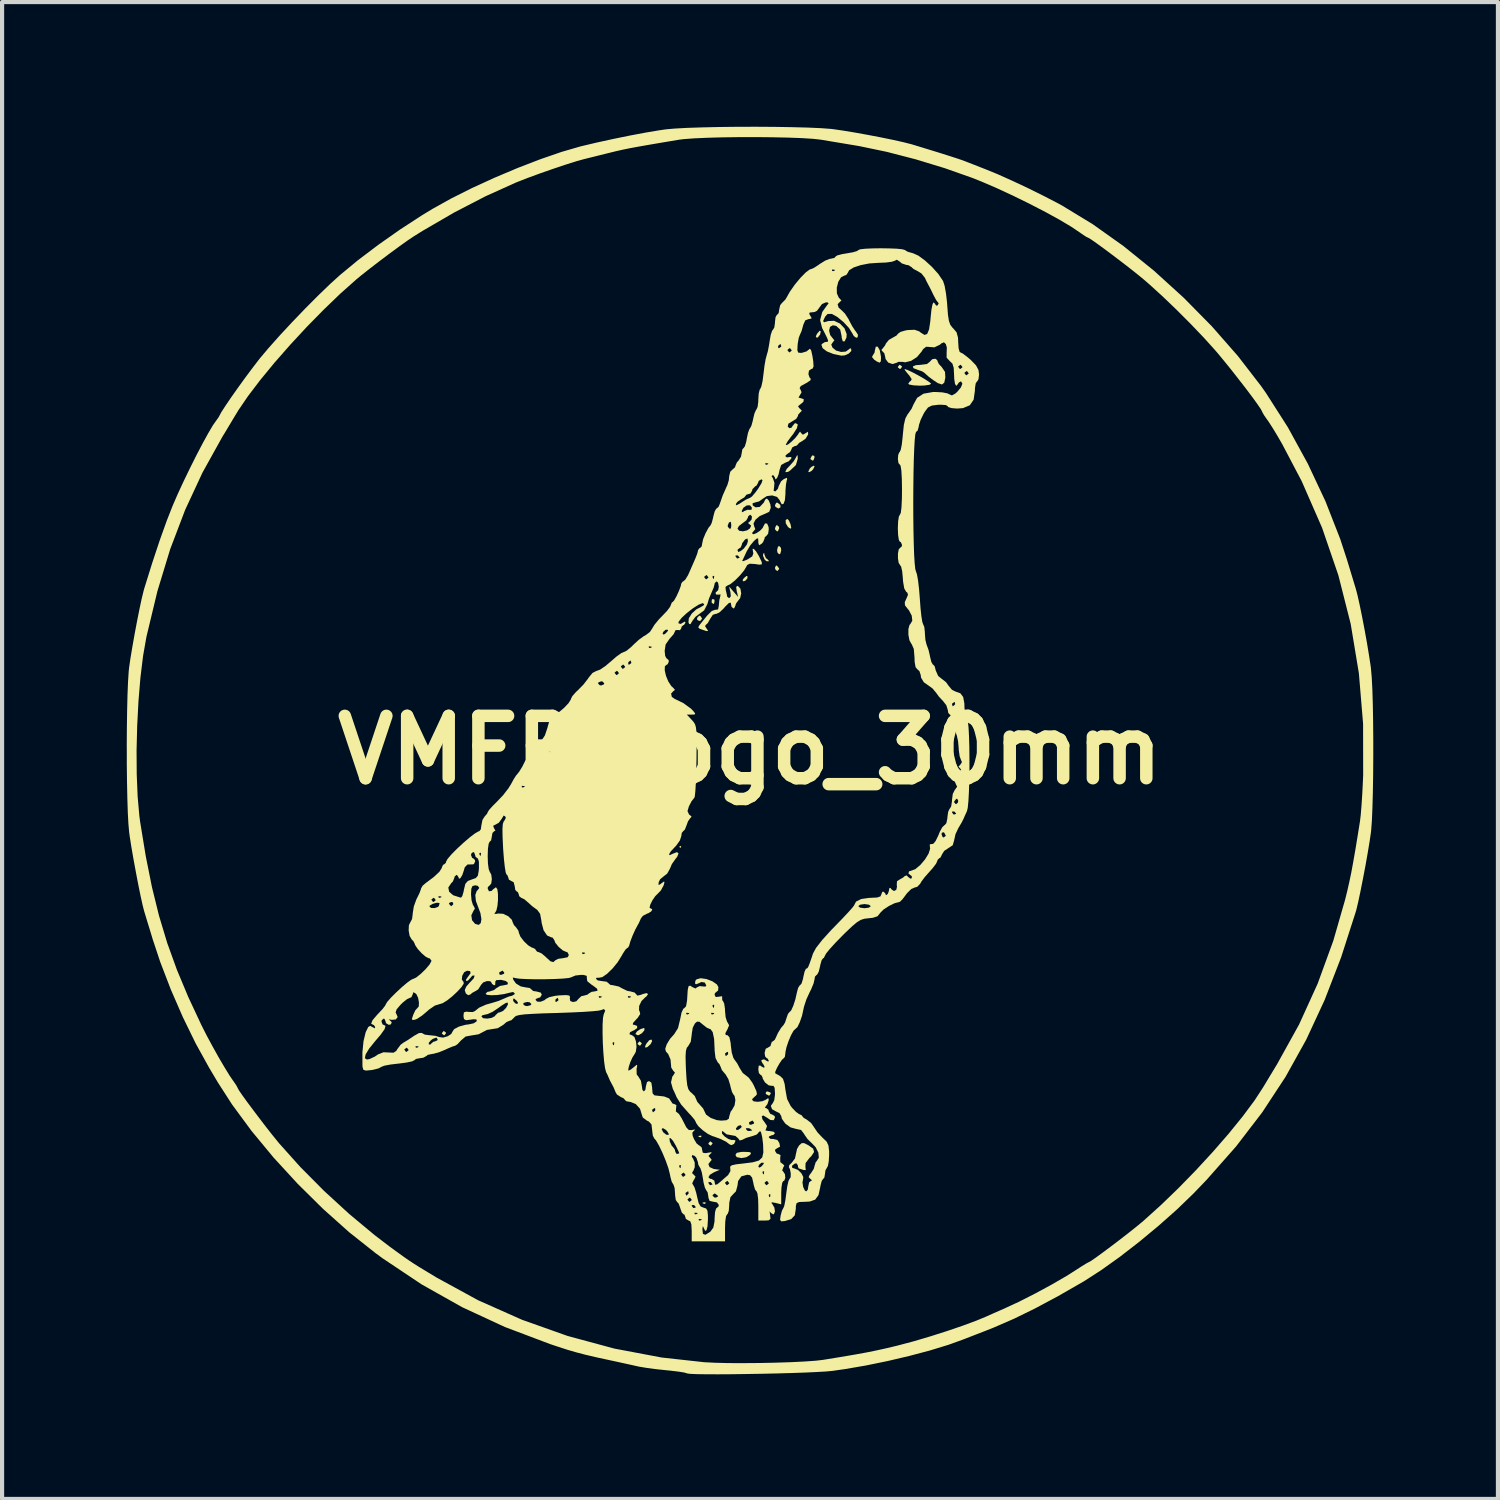
<source format=kicad_pcb>
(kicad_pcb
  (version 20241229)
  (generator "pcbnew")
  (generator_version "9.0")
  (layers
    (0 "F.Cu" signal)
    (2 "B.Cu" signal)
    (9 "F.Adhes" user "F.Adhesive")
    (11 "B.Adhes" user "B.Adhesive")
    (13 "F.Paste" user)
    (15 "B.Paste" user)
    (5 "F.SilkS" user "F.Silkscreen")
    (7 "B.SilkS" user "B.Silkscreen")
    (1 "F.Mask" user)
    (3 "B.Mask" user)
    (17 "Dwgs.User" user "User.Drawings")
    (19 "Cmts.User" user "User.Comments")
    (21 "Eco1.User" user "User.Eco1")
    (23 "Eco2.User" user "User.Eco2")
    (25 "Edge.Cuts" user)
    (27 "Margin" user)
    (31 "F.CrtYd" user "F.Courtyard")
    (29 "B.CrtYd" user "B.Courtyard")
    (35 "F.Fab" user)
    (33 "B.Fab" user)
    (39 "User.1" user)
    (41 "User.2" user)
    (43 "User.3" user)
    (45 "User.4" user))
  (footprint "VMFB_logo_30mm"
    (layer "F.Cu")
    (at 14.997 14.997)
    (property "Reference" "VMFB_logo_30mm" (at 0 0 0) (layer "F.SilkS") (effects (font (size 1.5 1.5) (thickness 0.3))))
    (attr board_only exclude_from_pos_files exclude_from_bom)
    (fp_poly (pts (xy -1.653 2.33) (xy -1.678 2.355) (xy -1.703 2.33) (xy -1.678 2.305)) (stroke (width 0) (type solid)) (fill yes) (layer "F.SilkS"))
    (fp_poly (pts (xy -1.169 9.285) (xy -1.176 9.315) (xy -1.202 9.318) (xy -1.244 9.3) (xy -1.236 9.285) (xy -1.176 9.279)) (stroke (width 0) (type solid)) (fill yes) (layer "F.SilkS"))
    (fp_poly (pts (xy -1.069 10.888) (xy -1.076 10.918) (xy -1.102 10.921) (xy -1.143 10.903) (xy -1.136 10.888) (xy -1.076 10.882)) (stroke (width 0) (type solid)) (fill yes) (layer "F.SilkS"))
    (fp_poly (pts (xy -1.197 -3.228) (xy -1.153 -3.165) (xy -1.188 -3.113) (xy -1.226 -3.106) (xy -1.276 -3.139) (xy -1.271 -3.181) (xy -1.224 -3.232)) (stroke (width 0) (type solid)) (fill yes) (layer "F.SilkS"))
    (fp_poly (pts (xy -0.859 -3.621) (xy -0.852 -3.585) (xy -0.868 -3.513) (xy -0.912 -3.534) (xy -0.925 -3.554) (xy -0.918 -3.618) (xy -0.903 -3.632)) (stroke (width 0) (type solid)) (fill yes) (layer "F.SilkS"))
    (fp_poly (pts (xy -0.062 -4.132) (xy -0.112 -4.074) (xy -0.159 -4.058) (xy -0.18 -4.087) (xy -0.149 -4.134) (xy -0.088 -4.187) (xy -0.063 -4.188)) (stroke (width 0) (type solid)) (fill yes) (layer "F.SilkS"))
    (fp_poly (pts (xy 0.727 -5.9) (xy 0.735 -5.84) (xy 0.681 -5.811) (xy 0.611 -5.852) (xy 0.601 -5.891) (xy 0.63 -5.949) (xy 0.661 -5.95)) (stroke (width 0) (type solid)) (fill yes) (layer "F.SilkS"))
    (fp_poly (pts (xy 1.703 -10.075) (xy 1.686 -9.997) (xy 1.633 -9.929) (xy 1.604 -9.92) (xy 1.583 -9.953) (xy 1.613 -10.017) (xy 1.675 -10.088)) (stroke (width 0) (type solid)) (fill yes) (layer "F.SilkS"))
    (fp_poly (pts (xy -7.316 6.801) (xy -7.314 6.813) (xy -7.353 6.862) (xy -7.364 6.864) (xy -7.413 6.825) (xy -7.415 6.813) (xy -7.376 6.765) (xy -7.364 6.763)) (stroke (width 0) (type solid)) (fill yes) (layer "F.SilkS"))
    (fp_poly (pts (xy -2.607 7.052) (xy -2.605 7.064) (xy -2.643 7.113) (xy -2.655 7.114) (xy -2.704 7.076) (xy -2.705 7.064) (xy -2.667 7.015) (xy -2.655 7.014)) (stroke (width 0) (type solid)) (fill yes) (layer "F.SilkS"))
    (fp_poly (pts (xy -2.355 7.004) (xy -2.391 7.076) (xy -2.466 7.145) (xy -2.515 7.164) (xy -2.524 7.129) (xy -2.493 7.064) (xy -2.425 6.983) (xy -2.371 6.966)) (stroke (width 0) (type solid)) (fill yes) (layer "F.SilkS"))
    (fp_poly (pts (xy -0.903 9.457) (xy -0.902 9.469) (xy -0.94 9.517) (xy -0.952 9.519) (xy -1.001 9.481) (xy -1.002 9.469) (xy -0.964 9.42) (xy -0.952 9.419)) (stroke (width 0) (type solid)) (fill yes) (layer "F.SilkS"))
    (fp_poly (pts (xy 0.491 8.242) (xy 0.501 8.266) (xy 0.465 8.315) (xy 0.454 8.316) (xy 0.386 8.28) (xy 0.376 8.266) (xy 0.387 8.223) (xy 0.423 8.216)) (stroke (width 0) (type solid)) (fill yes) (layer "F.SilkS"))
    (fp_poly (pts (xy 0.651 -4.434) (xy 0.699 -4.37) (xy 0.701 -4.356) (xy 0.663 -4.31) (xy 0.651 -4.308) (xy 0.607 -4.349) (xy 0.601 -4.387) (xy 0.625 -4.438)) (stroke (width 0) (type solid)) (fill yes) (layer "F.SilkS"))
    (fp_poly (pts (xy 0.696 -5.37) (xy 0.701 -5.336) (xy 0.674 -5.269) (xy 0.651 -5.26) (xy 0.607 -5.301) (xy 0.601 -5.336) (xy 0.628 -5.402) (xy 0.651 -5.411)) (stroke (width 0) (type solid)) (fill yes) (layer "F.SilkS"))
    (fp_poly (pts (xy 0.742 -4.868) (xy 0.751 -4.809) (xy 0.731 -4.728) (xy 0.701 -4.709) (xy 0.661 -4.751) (xy 0.651 -4.809) (xy 0.672 -4.891) (xy 0.701 -4.91)) (stroke (width 0) (type solid)) (fill yes) (layer "F.SilkS"))
    (fp_poly (pts (xy 1.546 -7.078) (xy 1.553 -7.042) (xy 1.527 -6.973) (xy 1.503 -6.964) (xy 1.454 -7) (xy 1.453 -7.011) (xy 1.489 -7.079) (xy 1.503 -7.089)) (stroke (width 0) (type solid)) (fill yes) (layer "F.SilkS"))
    (fp_poly (pts (xy 1.553 -6.826) (xy 1.519 -6.755) (xy 1.478 -6.713) (xy 1.417 -6.683) (xy 1.403 -6.701) (xy 1.437 -6.772) (xy 1.478 -6.813) (xy 1.538 -6.843)) (stroke (width 0) (type solid)) (fill yes) (layer "F.SilkS"))
    (fp_poly (pts (xy 3.656 -9.23) (xy 3.657 -9.218) (xy 3.619 -9.17) (xy 3.607 -9.168) (xy 3.558 -9.206) (xy 3.557 -9.218) (xy 3.595 -9.267) (xy 3.607 -9.268)) (stroke (width 0) (type solid)) (fill yes) (layer "F.SilkS"))
    (fp_poly (pts (xy 0.937 -5.52) (xy 0.975 -5.433) (xy 0.991 -5.35) (xy 0.984 -5.326) (xy 0.943 -5.343) (xy 0.911 -5.371) (xy 0.861 -5.454) (xy 0.857 -5.531) (xy 0.896 -5.561)) (stroke (width 0) (type solid)) (fill yes) (layer "F.SilkS"))
    (fp_poly (pts (xy -2.538 6.697) (xy -2.544 6.748) (xy -2.601 6.814) (xy -2.676 6.859) (xy -2.702 6.864) (xy -2.753 6.836) (xy -2.755 6.825) (xy -2.719 6.771) (xy -2.639 6.717) (xy -2.561 6.691)) (stroke (width 0) (type solid)) (fill yes) (layer "F.SilkS"))
    (fp_poly (pts (xy 0.347 -4.701) (xy 0.383 -4.616) (xy 0.413 -4.595) (xy 0.452 -4.556) (xy 0.446 -4.54) (xy 0.394 -4.544) (xy 0.353 -4.581) (xy 0.313 -4.674) (xy 0.317 -4.72) (xy 0.34 -4.744)) (stroke (width 0) (type solid)) (fill yes) (layer "F.SilkS"))
    (fp_poly (pts (xy -0.018 9.674) (xy 0.026 9.694) (xy 0.004 9.739) (xy 0 9.744) (xy -0.094 9.8) (xy -0.207 9.819) (xy -0.321 9.796) (xy -0.351 9.744) (xy -0.319 9.693) (xy -0.211 9.671) (xy -0.144 9.669)) (stroke (width 0) (type solid)) (fill yes) (layer "F.SilkS"))
    (fp_poly (pts (xy 1.146 -7.072) (xy 1.149 -7.009) (xy 1.104 -6.856) (xy 0.961 -6.721) (xy 0.914 -6.693) (xy 0.859 -6.685) (xy 0.852 -6.702) (xy 0.885 -6.766) (xy 0.958 -6.843) (xy 1.053 -6.951) (xy 1.105 -7.039) (xy 1.135 -7.1)) (stroke (width 0) (type solid)) (fill yes) (layer "F.SilkS"))
    (fp_poly (pts (xy 3.119 -9.625) (xy 3.125 -9.606) (xy 3.152 -9.458) (xy 3.148 -9.354) (xy 3.119 -9.32) (xy 3.053 -9.348) (xy 2.99 -9.39) (xy 2.935 -9.457) (xy 2.953 -9.492) (xy 2.997 -9.564) (xy 3.006 -9.622) (xy 3.027 -9.706) (xy 3.072 -9.706)) (stroke (width 0) (type solid)) (fill yes) (layer "F.SilkS"))
    (fp_poly (pts (xy 3.789 -9.145) (xy 3.91 -9.088) (xy 4.055 -9.011) (xy 4.196 -8.93) (xy 4.306 -8.859) (xy 4.358 -8.815) (xy 4.359 -8.812) (xy 4.313 -8.787) (xy 4.196 -8.771) (xy 4.083 -8.767) (xy 3.932 -8.775) (xy 3.832 -8.794) (xy 3.807 -8.813) (xy 3.847 -8.87) (xy 3.87 -8.881) (xy 3.89 -8.925) (xy 3.828 -9.018) (xy 3.811 -9.036) (xy 3.74 -9.122) (xy 3.716 -9.166) (xy 3.719 -9.168)) (stroke (width 0) (type solid)) (fill yes) (layer "F.SilkS"))
    (fp_poly (pts (xy 4.506 -9.381) (xy 4.509 -9.362) (xy 4.543 -9.29) (xy 4.613 -9.215) (xy 4.692 -9.098) (xy 4.7 -8.963) (xy 4.674 -8.839) (xy 4.619 -8.795) (xy 4.52 -8.828) (xy 4.41 -8.9) (xy 4.296 -8.986) (xy 4.22 -9.053) (xy 4.209 -9.066) (xy 4.145 -9.11) (xy 4.045 -9.144) (xy 3.933 -9.188) (xy 3.917 -9.23) (xy 3.99 -9.26) (xy 4.103 -9.268) (xy 4.258 -9.288) (xy 4.327 -9.343) (xy 4.382 -9.402) (xy 4.457 -9.416)) (stroke (width 0) (type solid)) (fill yes) (layer "F.SilkS"))
    (fp_poly (pts (xy 0.594 -14.994) (xy 1.014 -14.987) (xy 1.392 -14.977) (xy 1.71 -14.963) (xy 1.951 -14.945) (xy 1.999 -14.939) (xy 2.23 -14.906) (xy 2.515 -14.859) (xy 2.831 -14.802) (xy 3.15 -14.741) (xy 3.447 -14.68) (xy 3.698 -14.624) (xy 3.877 -14.578) (xy 3.883 -14.577) (xy 4.109 -14.508) (xy 4.357 -14.432) (xy 4.604 -14.356) (xy 4.827 -14.285) (xy 5.006 -14.227) (xy 5.117 -14.189) (xy 5.135 -14.182) (xy 5.226 -14.147) (xy 5.382 -14.086) (xy 5.576 -14.01) (xy 5.661 -13.977) (xy 5.959 -13.855) (xy 6.314 -13.696) (xy 6.695 -13.517) (xy 7.072 -13.33) (xy 7.416 -13.152) (xy 7.515 -13.097) (xy 8.245 -12.653) (xy 8.985 -12.127) (xy 9.721 -11.532) (xy 10.435 -10.883) (xy 11.113 -10.195) (xy 11.739 -9.481) (xy 12.298 -8.757) (xy 12.416 -8.589) (xy 12.941 -7.767) (xy 13.422 -6.889) (xy 13.847 -5.984) (xy 14.202 -5.077) (xy 14.371 -4.559) (xy 14.441 -4.327) (xy 14.505 -4.116) (xy 14.554 -3.954) (xy 14.576 -3.883) (xy 14.617 -3.727) (xy 14.669 -3.495) (xy 14.727 -3.212) (xy 14.787 -2.9) (xy 14.844 -2.585) (xy 14.893 -2.288) (xy 14.932 -2.035) (xy 14.942 -1.954) (xy 14.96 -1.746) (xy 14.975 -1.455) (xy 14.986 -1.101) (xy 14.993 -0.7) (xy 14.997 -0.27) (xy 14.997 0.171) (xy 14.994 0.606) (xy 14.987 1.016) (xy 14.977 1.385) (xy 14.964 1.695) (xy 14.947 1.927) (xy 14.941 1.979) (xy 14.909 2.2) (xy 14.863 2.476) (xy 14.809 2.784) (xy 14.749 3.098) (xy 14.69 3.395) (xy 14.636 3.65) (xy 14.591 3.839) (xy 14.579 3.883) (xy 14.223 4.989) (xy 13.827 6.014) (xy 13.384 6.969) (xy 12.885 7.866) (xy 12.324 8.72) (xy 11.695 9.54) (xy 10.988 10.341) (xy 10.671 10.671) (xy 10.276 11.053) (xy 9.834 11.445) (xy 9.369 11.831) (xy 8.901 12.194) (xy 8.451 12.515) (xy 8.042 12.779) (xy 8.006 12.8) (xy 7.402 13.147) (xy 6.857 13.438) (xy 6.352 13.685) (xy 5.869 13.895) (xy 5.661 13.978) (xy 5.459 14.056) (xy 5.284 14.124) (xy 5.163 14.171) (xy 5.135 14.182) (xy 4.769 14.314) (xy 4.327 14.449) (xy 3.833 14.58) (xy 3.31 14.703) (xy 2.783 14.811) (xy 2.275 14.898) (xy 1.979 14.94) (xy 1.826 14.954) (xy 1.602 14.967) (xy 1.322 14.98) (xy 0.999 14.991) (xy 0.647 15.001) (xy 0.281 15.009) (xy -0.086 15.015) (xy -0.44 15.02) (xy -0.765 15.022) (xy -1.05 15.021) (xy -1.279 15.018) (xy -1.438 15.011) (xy -1.513 15.001) (xy -1.517 14.999) (xy -1.578 14.98) (xy -1.715 14.958) (xy -1.905 14.935) (xy -2.015 14.924) (xy -2.252 14.899) (xy -2.48 14.869) (xy -2.661 14.839) (xy -2.705 14.83) (xy -2.86 14.795) (xy -3.074 14.748) (xy -3.308 14.697) (xy -3.382 14.681) (xy -3.705 14.611) (xy -3.96 14.551) (xy -4.178 14.494) (xy -4.389 14.433) (xy -4.623 14.357) (xy -4.809 14.295) (xy -5.9 13.883) (xy -6.924 13.408) (xy -7.899 12.86) (xy -8.842 12.23) (xy -9.012 12.105) (xy -9.643 11.605) (xy -10.272 11.043) (xy -10.884 10.438) (xy -11.464 9.807) (xy -11.995 9.165) (xy -12.463 8.53) (xy -12.8 8.006) (xy -12.851 7.921) (xy -12.934 7.781) (xy -13.023 7.631) (xy -13.338 7.061) (xy -13.648 6.426) (xy -13.938 5.76) (xy -14.192 5.098) (xy -14.371 4.559) (xy -14.441 4.327) (xy -14.506 4.117) (xy -14.555 3.954) (xy -14.577 3.883) (xy -14.614 3.738) (xy -14.663 3.518) (xy -14.719 3.244) (xy -14.777 2.941) (xy -14.834 2.631) (xy -14.885 2.337) (xy -14.925 2.083) (xy -14.939 1.979) (xy -14.957 1.781) (xy -14.972 1.499) (xy -14.983 1.153) (xy -14.991 0.758) (xy -14.996 0.333) (xy -14.996 0.012) (xy -14.761 0.012) (xy -14.757 0.587) (xy -14.735 1.119) (xy -14.694 1.584) (xy -14.675 1.728) (xy -14.54 2.552) (xy -14.391 3.297) (xy -14.221 3.987) (xy -14.023 4.644) (xy -13.79 5.289) (xy -13.516 5.945) (xy -13.194 6.633) (xy -13.191 6.638) (xy -13.072 6.873) (xy -12.931 7.134) (xy -12.784 7.398) (xy -12.642 7.639) (xy -12.521 7.836) (xy -12.443 7.95) (xy -12.368 8.058) (xy -12.327 8.132) (xy -12.324 8.141) (xy -12.295 8.193) (xy -12.216 8.308) (xy -12.099 8.47) (xy -11.955 8.663) (xy -11.797 8.872) (xy -11.637 9.081) (xy -11.485 9.274) (xy -11.355 9.434) (xy -11.328 9.467) (xy -10.821 10.033) (xy -10.251 10.607) (xy -9.646 11.162) (xy -9.036 11.67) (xy -8.667 11.952) (xy -8.47 12.095) (xy -8.322 12.202) (xy -8.199 12.287) (xy -8.079 12.366) (xy -7.938 12.454) (xy -7.755 12.565) (xy -7.538 12.696) (xy -6.54 13.241) (xy -5.485 13.71) (xy -4.389 14.099) (xy -3.264 14.403) (xy -2.126 14.618) (xy -1.102 14.731) (xy -0.842 14.744) (xy -0.52 14.752) (xy -0.155 14.753) (xy 0.231 14.75) (xy 0.618 14.742) (xy 0.986 14.73) (xy 1.313 14.714) (xy 1.58 14.695) (xy 1.753 14.675) (xy 2.171 14.607) (xy 2.513 14.549) (xy 2.799 14.497) (xy 3.05 14.446) (xy 3.29 14.393) (xy 3.54 14.333) (xy 3.582 14.322) (xy 3.944 14.226) (xy 4.339 14.109) (xy 4.738 13.982) (xy 5.116 13.853) (xy 5.446 13.731) (xy 5.661 13.642) (xy 5.847 13.559) (xy 6.025 13.481) (xy 6.112 13.443) (xy 6.47 13.277) (xy 6.862 13.078) (xy 7.255 12.865) (xy 7.614 12.657) (xy 7.834 12.518) (xy 7.982 12.422) (xy 8.095 12.353) (xy 8.149 12.324) (xy 8.15 12.324) (xy 8.203 12.295) (xy 8.318 12.216) (xy 8.48 12.098) (xy 8.672 11.955) (xy 8.879 11.798) (xy 9.084 11.639) (xy 9.272 11.49) (xy 9.426 11.364) (xy 9.468 11.328) (xy 9.884 10.953) (xy 10.31 10.542) (xy 10.733 10.108) (xy 11.141 9.665) (xy 11.52 9.229) (xy 11.858 8.812) (xy 12.142 8.43) (xy 12.349 8.112) (xy 12.395 8.036) (xy 12.479 7.896) (xy 12.589 7.714) (xy 12.684 7.557) (xy 13.212 6.604) (xy 13.66 5.619) (xy 14.036 4.587) (xy 14.318 3.607) (xy 14.372 3.389) (xy 14.42 3.177) (xy 14.467 2.953) (xy 14.514 2.698) (xy 14.567 2.395) (xy 14.628 2.024) (xy 14.679 1.703) (xy 14.696 1.557) (xy 14.714 1.336) (xy 14.732 1.063) (xy 14.747 0.765) (xy 14.754 0.601) (xy 14.752 -0.632) (xy 14.651 -1.844) (xy 14.454 -3.034) (xy 14.158 -4.202) (xy 13.765 -5.348) (xy 13.274 -6.47) (xy 12.804 -7.364) (xy 12.685 -7.57) (xy 12.569 -7.76) (xy 12.475 -7.906) (xy 12.443 -7.95) (xy 12.368 -8.058) (xy 12.327 -8.13) (xy 12.324 -8.14) (xy 12.294 -8.198) (xy 12.212 -8.319) (xy 12.089 -8.489) (xy 11.935 -8.694) (xy 11.761 -8.918) (xy 11.58 -9.149) (xy 11.401 -9.37) (xy 11.236 -9.569) (xy 11.189 -9.623) (xy 10.924 -9.917) (xy 10.609 -10.247) (xy 10.269 -10.588) (xy 9.929 -10.914) (xy 9.614 -11.201) (xy 9.467 -11.328) (xy 9.317 -11.451) (xy 9.131 -11.598) (xy 8.925 -11.757) (xy 8.714 -11.917) (xy 8.516 -12.065) (xy 8.344 -12.19) (xy 8.216 -12.28) (xy 8.147 -12.322) (xy 8.141 -12.324) (xy 8.084 -12.352) (xy 7.982 -12.42) (xy 7.95 -12.443) (xy 7.737 -12.587) (xy 7.45 -12.758) (xy 7.108 -12.946) (xy 6.731 -13.141) (xy 6.338 -13.334) (xy 5.948 -13.515) (xy 5.58 -13.674) (xy 5.361 -13.762) (xy 4.69 -13.999) (xy 3.988 -14.213) (xy 3.292 -14.393) (xy 2.636 -14.53) (xy 2.53 -14.548) (xy 2.267 -14.592) (xy 1.985 -14.639) (xy 1.738 -14.68) (xy 1.703 -14.686) (xy 1.515 -14.707) (xy 1.245 -14.724) (xy 0.912 -14.736) (xy 0.536 -14.744) (xy 0.135 -14.748) (xy -0.273 -14.747) (xy -0.667 -14.742) (xy -1.031 -14.732) (xy -1.344 -14.718) (xy -1.589 -14.7) (xy -1.703 -14.686) (xy -2.109 -14.618) (xy -2.432 -14.563) (xy -2.688 -14.518) (xy -2.893 -14.48) (xy -3.064 -14.445) (xy -3.216 -14.411) (xy -3.366 -14.374) (xy -3.382 -14.37) (xy -3.6 -14.316) (xy -3.809 -14.264) (xy -3.966 -14.225) (xy -3.983 -14.221) (xy -4.174 -14.168) (xy -4.432 -14.087) (xy -4.73 -13.987) (xy -5.043 -13.878) (xy -5.343 -13.768) (xy -5.604 -13.666) (xy -5.643 -13.65) (xy -6.363 -13.325) (xy -7.118 -12.934) (xy -7.882 -12.49) (xy -8.089 -12.361) (xy -8.237 -12.262) (xy -8.44 -12.117) (xy -8.677 -11.943) (xy -8.924 -11.757) (xy -9.159 -11.576) (xy -9.361 -11.416) (xy -9.469 -11.327) (xy -9.857 -10.982) (xy -10.261 -10.593) (xy -10.67 -10.176) (xy -11.069 -9.745) (xy -11.446 -9.315) (xy -11.787 -8.9) (xy -12.079 -8.516) (xy -12.31 -8.177) (xy -12.349 -8.112) (xy -12.395 -8.037) (xy -12.479 -7.897) (xy -12.589 -7.713) (xy -12.695 -7.539) (xy -13.175 -6.675) (xy -13.592 -5.778) (xy -13.952 -4.832) (xy -14.259 -3.824) (xy -14.52 -2.739) (xy -14.527 -2.705) (xy -14.605 -2.26) (xy -14.668 -1.742) (xy -14.715 -1.176) (xy -14.746 -0.583) (xy -14.761 0.012) (xy -14.996 0.012) (xy -14.997 -0.106) (xy -14.994 -0.54) (xy -14.988 -0.954) (xy -14.979 -1.328) (xy -14.966 -1.647) (xy -14.95 -1.892) (xy -14.941 -1.979) (xy -14.909 -2.201) (xy -14.863 -2.477) (xy -14.809 -2.783) (xy -14.75 -3.096) (xy -14.691 -3.391) (xy -14.637 -3.644) (xy -14.591 -3.832) (xy -14.577 -3.883) (xy -14.386 -4.496) (xy -14.203 -5.047) (xy -14.032 -5.524) (xy -13.889 -5.887) (xy -13.767 -6.167) (xy -13.625 -6.474) (xy -13.472 -6.79) (xy -13.317 -7.099) (xy -13.168 -7.384) (xy -13.034 -7.627) (xy -12.925 -7.812) (xy -12.852 -7.916) (xy -12.789 -8.004) (xy -12.769 -8.041) (xy -12.722 -8.128) (xy -12.626 -8.277) (xy -12.494 -8.472) (xy -12.336 -8.696) (xy -12.166 -8.932) (xy -11.995 -9.162) (xy -11.836 -9.37) (xy -11.798 -9.419) (xy -11.585 -9.672) (xy -11.318 -9.972) (xy -11.015 -10.298) (xy -10.697 -10.629) (xy -10.382 -10.945) (xy -10.091 -11.225) (xy -9.867 -11.428) (xy -9.435 -11.785) (xy -8.941 -12.158) (xy -8.416 -12.527) (xy -7.89 -12.869) (xy -7.641 -13.02) (xy -7.194 -13.269) (xy -6.688 -13.523) (xy -6.144 -13.772) (xy -5.589 -14.006) (xy -5.044 -14.216) (xy -4.534 -14.392) (xy -4.083 -14.523) (xy -4.058 -14.529) (xy -3.696 -14.615) (xy -3.302 -14.701) (xy -2.903 -14.783) (xy -2.526 -14.854) (xy -2.2 -14.909) (xy -2.023 -14.935) (xy -1.807 -14.954) (xy -1.51 -14.97) (xy -1.147 -14.982) (xy -0.738 -14.991) (xy -0.299 -14.996) (xy 0.151 -14.997)) (stroke (width 0) (type solid)) (fill yes) (layer "F.SilkS"))
    (fp_poly (pts (xy 3.348 -12.07) (xy 3.529 -12.063) (xy 3.663 -12.049) (xy 3.728 -12.031) (xy 3.729 -12.029) (xy 3.793 -11.99) (xy 3.911 -11.956) (xy 3.921 -11.954) (xy 4.049 -11.897) (xy 4.209 -11.78) (xy 4.377 -11.626) (xy 4.529 -11.457) (xy 4.639 -11.295) (xy 4.646 -11.283) (xy 4.682 -11.172) (xy 4.715 -10.992) (xy 4.74 -10.778) (xy 4.746 -10.696) (xy 4.763 -10.473) (xy 4.786 -10.326) (xy 4.819 -10.232) (xy 4.869 -10.165) (xy 4.892 -10.143) (xy 4.971 -10.049) (xy 5.005 -9.921) (xy 5.01 -9.805) (xy 5.019 -9.667) (xy 5.043 -9.582) (xy 5.06 -9.569) (xy 5.122 -9.538) (xy 5.229 -9.457) (xy 5.31 -9.388) (xy 5.437 -9.257) (xy 5.497 -9.145) (xy 5.511 -9.037) (xy 5.498 -8.923) (xy 5.466 -8.868) (xy 5.461 -8.867) (xy 5.431 -8.823) (xy 5.413 -8.709) (xy 5.411 -8.642) (xy 5.381 -8.431) (xy 5.289 -8.295) (xy 5.125 -8.227) (xy 4.985 -8.216) (xy 4.85 -8.227) (xy 4.769 -8.253) (xy 4.759 -8.269) (xy 4.714 -8.3) (xy 4.59 -8.309) (xy 4.526 -8.307) (xy 4.375 -8.288) (xy 4.283 -8.242) (xy 4.206 -8.14) (xy 4.177 -8.091) (xy 4.106 -7.945) (xy 4.064 -7.816) (xy 4.06 -7.782) (xy 4.033 -7.686) (xy 3.995 -7.653) (xy 3.978 -7.599) (xy 3.963 -7.459) (xy 3.951 -7.247) (xy 3.941 -6.979) (xy 3.934 -6.668) (xy 3.93 -6.328) (xy 3.928 -5.974) (xy 3.929 -5.62) (xy 3.933 -5.28) (xy 3.94 -4.969) (xy 3.949 -4.702) (xy 3.962 -4.492) (xy 3.977 -4.353) (xy 3.991 -4.304) (xy 4.017 -4.228) (xy 4.044 -4.075) (xy 4.068 -3.867) (xy 4.086 -3.643) (xy 4.103 -3.411) (xy 4.124 -3.216) (xy 4.146 -3.081) (xy 4.165 -3.027) (xy 4.193 -2.964) (xy 4.207 -2.841) (xy 4.208 -2.802) (xy 4.22 -2.65) (xy 4.249 -2.532) (xy 4.256 -2.517) (xy 4.295 -2.41) (xy 4.33 -2.262) (xy 4.333 -2.242) (xy 4.363 -2.121) (xy 4.399 -2.057) (xy 4.408 -2.054) (xy 4.445 -2.011) (xy 4.468 -1.917) (xy 4.528 -1.781) (xy 4.602 -1.722) (xy 4.718 -1.631) (xy 4.778 -1.546) (xy 4.859 -1.45) (xy 4.936 -1.41) (xy 5.06 -1.366) (xy 5.129 -1.276) (xy 5.158 -1.12) (xy 5.16 -1.025) (xy 5.172 -0.848) (xy 5.206 -0.752) (xy 5.223 -0.739) (xy 5.242 -0.684) (xy 5.258 -0.548) (xy 5.269 -0.346) (xy 5.277 -0.097) (xy 5.28 0.181) (xy 5.28 0.47) (xy 5.276 0.754) (xy 5.267 1.014) (xy 5.255 1.232) (xy 5.239 1.391) (xy 5.22 1.471) (xy 5.166 1.589) (xy 5.139 1.653) (xy 5.092 1.746) (xy 5.019 1.869) (xy 5.013 1.879) (xy 4.945 2.023) (xy 4.913 2.165) (xy 4.913 2.168) (xy 4.878 2.291) (xy 4.78 2.356) (xy 4.673 2.427) (xy 4.623 2.506) (xy 4.584 2.586) (xy 4.553 2.605) (xy 4.512 2.645) (xy 4.508 2.668) (xy 4.476 2.737) (xy 4.392 2.847) (xy 4.317 2.931) (xy 4.204 3.059) (xy 4.12 3.171) (xy 4.094 3.219) (xy 4.022 3.293) (xy 3.966 3.307) (xy 3.879 3.346) (xy 3.779 3.444) (xy 3.751 3.482) (xy 3.67 3.59) (xy 3.608 3.651) (xy 3.595 3.657) (xy 3.483 3.685) (xy 3.343 3.753) (xy 3.213 3.838) (xy 3.133 3.918) (xy 3.127 3.928) (xy 3.067 4.001) (xy 2.953 4.038) (xy 2.856 4.048) (xy 2.752 4.06) (xy 2.663 4.089) (xy 2.568 4.148) (xy 2.449 4.249) (xy 2.285 4.405) (xy 2.217 4.473) (xy 2.054 4.64) (xy 1.921 4.786) (xy 1.833 4.894) (xy 1.804 4.946) (xy 1.776 5.005) (xy 1.76 5.01) (xy 1.725 5.054) (xy 1.693 5.165) (xy 1.684 5.21) (xy 1.653 5.336) (xy 1.615 5.405) (xy 1.603 5.411) (xy 1.563 5.453) (xy 1.553 5.514) (xy 1.529 5.618) (xy 1.469 5.763) (xy 1.436 5.827) (xy 1.356 6.001) (xy 1.298 6.18) (xy 1.288 6.228) (xy 1.251 6.396) (xy 1.197 6.551) (xy 1.141 6.667) (xy 1.092 6.713) (xy 1.091 6.713) (xy 1.046 6.756) (xy 0.986 6.865) (xy 0.926 7.007) (xy 0.877 7.153) (xy 0.852 7.27) (xy 0.852 7.287) (xy 0.839 7.382) (xy 0.813 7.415) (xy 0.77 7.452) (xy 0.709 7.542) (xy 0.648 7.65) (xy 0.608 7.74) (xy 0.606 7.778) (xy 0.661 7.809) (xy 0.726 7.846) (xy 0.793 7.911) (xy 0.833 8.034) (xy 0.852 8.175) (xy 0.892 8.396) (xy 0.977 8.564) (xy 1.011 8.608) (xy 1.107 8.708) (xy 1.184 8.763) (xy 1.199 8.767) (xy 1.25 8.795) (xy 1.252 8.805) (xy 1.293 8.852) (xy 1.365 8.893) (xy 1.47 8.975) (xy 1.541 9.077) (xy 1.624 9.201) (xy 1.741 9.325) (xy 1.754 9.337) (xy 1.843 9.423) (xy 1.887 9.515) (xy 1.903 9.651) (xy 1.904 9.738) (xy 1.895 9.896) (xy 1.874 10.009) (xy 1.854 10.045) (xy 1.815 10.114) (xy 1.804 10.198) (xy 1.788 10.291) (xy 1.76 10.32) (xy 1.727 10.365) (xy 1.697 10.476) (xy 1.689 10.523) (xy 1.647 10.711) (xy 1.568 10.819) (xy 1.435 10.865) (xy 1.321 10.871) (xy 1.185 10.876) (xy 1.122 10.902) (xy 1.103 10.973) (xy 1.102 11.041) (xy 1.078 11.195) (xy 0.992 11.287) (xy 0.842 11.333) (xy 0.75 11.342) (xy 0.723 11.303) (xy 0.737 11.202) (xy 0.768 11.086) (xy 0.802 11.022) (xy 0.803 11.022) (xy 0.826 10.963) (xy 0.851 10.832) (xy 0.874 10.658) (xy 0.898 10.489) (xy 0.926 10.368) (xy 0.952 10.32) (xy 0.952 10.32) (xy 0.978 10.279) (xy 0.98 10.187) (xy 0.962 10.089) (xy 0.935 10.037) (xy 0.945 9.988) (xy 1.002 9.934) (xy 1.082 9.828) (xy 1.102 9.733) (xy 1.132 9.598) (xy 1.181 9.515) (xy 1.243 9.46) (xy 1.306 9.46) (xy 1.406 9.511) (xy 1.519 9.592) (xy 1.542 9.672) (xy 1.476 9.771) (xy 1.427 9.82) (xy 1.337 9.94) (xy 1.333 10.036) (xy 1.342 10.107) (xy 1.288 10.106) (xy 1.279 10.102) (xy 1.197 10.075) (xy 1.173 10.07) (xy 1.154 10.029) (xy 1.152 9.996) (xy 1.119 9.946) (xy 1.077 9.952) (xy 1.011 10.003) (xy 1.016 10.054) (xy 1.069 10.07) (xy 1.155 10.104) (xy 1.236 10.184) (xy 1.282 10.273) (xy 1.278 10.32) (xy 1.262 10.406) (xy 1.279 10.514) (xy 1.319 10.599) (xy 1.354 10.621) (xy 1.391 10.578) (xy 1.403 10.496) (xy 1.424 10.401) (xy 1.465 10.37) (xy 1.493 10.354) (xy 1.455 10.323) (xy 1.41 10.277) (xy 1.437 10.217) (xy 1.467 10.182) (xy 1.534 10.078) (xy 1.553 10.006) (xy 1.581 9.917) (xy 1.603 9.894) (xy 1.656 9.811) (xy 1.645 9.688) (xy 1.579 9.557) (xy 1.498 9.472) (xy 1.384 9.361) (xy 1.306 9.249) (xy 1.299 9.234) (xy 1.228 9.142) (xy 1.112 9.118) (xy 0.976 9.081) (xy 0.849 8.989) (xy 0.766 8.872) (xy 0.751 8.807) (xy 0.709 8.737) (xy 0.626 8.697) (xy 0.529 8.642) (xy 0.501 8.562) (xy 0.551 8.492) (xy 0.583 8.426) (xy 0.6 8.301) (xy 0.601 8.258) (xy 0.592 8.127) (xy 0.562 8.079) (xy 0.531 8.082) (xy 0.448 8.068) (xy 0.36 7.998) (xy 0.305 7.905) (xy 0.301 7.874) (xy 0.267 7.819) (xy 0.25 7.815) (xy 0.213 7.772) (xy 0.2 7.684) (xy 0.209 7.596) (xy 0.245 7.592) (xy 0.276 7.615) (xy 0.338 7.647) (xy 0.351 7.624) (xy 0.314 7.55) (xy 0.3 7.539) (xy 0.272 7.478) (xy 0.279 7.459) (xy 0.337 7.442) (xy 0.38 7.468) (xy 0.439 7.5) (xy 0.451 7.471) (xy 0.416 7.417) (xy 0.401 7.415) (xy 0.363 7.372) (xy 0.351 7.289) (xy 0.377 7.189) (xy 0.426 7.164) (xy 0.492 7.124) (xy 0.501 7.089) (xy 0.525 7.022) (xy 0.545 7.014) (xy 0.596 6.973) (xy 0.619 6.926) (xy 0.672 6.809) (xy 0.746 6.688) (xy 0.81 6.613) (xy 0.846 6.55) (xy 0.878 6.45) (xy 0.913 6.351) (xy 0.945 6.312) (xy 0.989 6.268) (xy 1.042 6.153) (xy 1.092 5.997) (xy 1.125 5.849) (xy 1.156 5.728) (xy 1.195 5.664) (xy 1.204 5.661) (xy 1.241 5.617) (xy 1.275 5.506) (xy 1.283 5.461) (xy 1.312 5.336) (xy 1.344 5.266) (xy 1.353 5.26) (xy 1.376 5.254) (xy 1.4 5.22) (xy 1.433 5.139) (xy 1.484 4.993) (xy 1.515 4.898) (xy 1.59 4.76) (xy 1.739 4.569) (xy 1.955 4.331) (xy 2.042 4.242) (xy 2.214 4.065) (xy 2.357 3.913) (xy 2.458 3.8) (xy 2.491 3.757) (xy 2.605 3.757) (xy 2.649 3.793) (xy 2.754 3.807) (xy 2.755 3.807) (xy 2.861 3.793) (xy 2.906 3.758) (xy 2.906 3.757) (xy 2.862 3.722) (xy 2.757 3.707) (xy 2.755 3.707) (xy 2.65 3.722) (xy 2.605 3.757) (xy 2.605 3.757) (xy 2.491 3.757) (xy 2.504 3.741) (xy 2.505 3.737) (xy 2.551 3.648) (xy 2.677 3.585) (xy 2.866 3.558) (xy 2.902 3.557) (xy 3.061 3.549) (xy 3.139 3.522) (xy 3.156 3.482) (xy 3.183 3.415) (xy 3.206 3.407) (xy 3.254 3.446) (xy 3.256 3.465) (xy 3.277 3.494) (xy 3.315 3.462) (xy 3.338 3.403) (xy 3.355 3.318) (xy 3.381 3.32) (xy 3.402 3.351) (xy 3.464 3.394) (xy 3.52 3.364) (xy 3.537 3.283) (xy 3.531 3.252) (xy 3.536 3.159) (xy 3.591 3.122) (xy 3.687 3.067) (xy 3.72 3.035) (xy 3.77 3.017) (xy 3.805 3.055) (xy 3.863 3.097) (xy 3.892 3.085) (xy 3.893 3.034) (xy 3.87 3.02) (xy 3.812 2.97) (xy 3.827 2.919) (xy 3.875 2.906) (xy 3.979 2.866) (xy 4.098 2.766) (xy 4.211 2.633) (xy 4.297 2.493) (xy 4.334 2.374) (xy 4.329 2.335) (xy 4.325 2.27) (xy 4.357 2.265) (xy 4.41 2.257) (xy 4.464 2.193) (xy 4.53 2.059) (xy 4.543 2.026) (xy 4.609 2.026) (xy 4.635 2.095) (xy 4.659 2.104) (xy 4.708 2.068) (xy 4.709 2.057) (xy 4.673 1.989) (xy 4.659 1.979) (xy 4.616 1.99) (xy 4.609 2.026) (xy 4.543 2.026) (xy 4.568 1.966) (xy 4.626 1.858) (xy 4.682 1.805) (xy 4.688 1.804) (xy 4.725 1.759) (xy 4.748 1.649) (xy 4.75 1.616) (xy 4.766 1.5) (xy 4.86 1.5) (xy 4.896 1.551) (xy 4.91 1.553) (xy 4.958 1.536) (xy 4.96 1.531) (xy 4.925 1.488) (xy 4.91 1.478) (xy 4.864 1.482) (xy 4.86 1.5) (xy 4.766 1.5) (xy 4.767 1.49) (xy 4.8 1.417) (xy 4.808 1.411) (xy 4.841 1.355) (xy 4.856 1.255) (xy 4.91 1.255) (xy 4.948 1.301) (xy 4.96 1.303) (xy 5.004 1.262) (xy 5.01 1.224) (xy 4.986 1.173) (xy 4.96 1.177) (xy 4.912 1.241) (xy 4.91 1.255) (xy 4.856 1.255) (xy 4.859 1.238) (xy 4.86 1.204) (xy 4.879 1.057) (xy 4.929 0.957) (xy 4.935 0.951) (xy 4.984 0.883) (xy 4.951 0.816) (xy 4.921 0.739) (xy 4.938 0.71) (xy 4.997 0.643) (xy 5.046 0.567) (xy 5.081 0.479) (xy 5.052 0.436) (xy 5.046 0.433) (xy 5.016 0.398) (xy 5.057 0.358) (xy 5.1 0.291) (xy 5.078 0.242) (xy 5.045 0.153) (xy 5.024 0.01) (xy 5.021 -0.049) (xy 5.006 -0.212) (xy 4.977 -0.346) (xy 4.966 -0.375) (xy 4.925 -0.493) (xy 4.889 -0.646) (xy 4.886 -0.664) (xy 4.855 -0.784) (xy 4.816 -0.848) (xy 4.807 -0.852) (xy 4.77 -0.894) (xy 4.759 -0.963) (xy 4.724 -1.076) (xy 4.704 -1.102) (xy 4.86 -1.102) (xy 4.877 -1.053) (xy 4.882 -1.052) (xy 4.924 -1.087) (xy 4.935 -1.102) (xy 4.931 -1.148) (xy 4.913 -1.152) (xy 4.862 -1.116) (xy 4.86 -1.102) (xy 4.704 -1.102) (xy 4.647 -1.176) (xy 4.545 -1.285) (xy 4.48 -1.375) (xy 4.392 -1.481) (xy 4.332 -1.525) (xy 4.182 -1.631) (xy 4.115 -1.742) (xy 4.108 -1.802) (xy 4.076 -1.899) (xy 4.033 -1.936) (xy 3.984 -1.992) (xy 3.961 -2.124) (xy 3.958 -2.229) (xy 3.941 -2.432) (xy 3.89 -2.548) (xy 3.883 -2.555) (xy 3.836 -2.64) (xy 3.811 -2.772) (xy 3.811 -2.91) (xy 3.838 -3.01) (xy 3.858 -3.031) (xy 3.905 -3.112) (xy 3.891 -3.234) (xy 3.824 -3.362) (xy 3.799 -3.391) (xy 3.728 -3.482) (xy 3.724 -3.559) (xy 3.759 -3.635) (xy 3.801 -3.733) (xy 3.786 -3.786) (xy 3.758 -3.807) (xy 3.711 -3.888) (xy 3.683 -4.053) (xy 3.677 -4.14) (xy 3.662 -4.3) (xy 3.636 -4.413) (xy 3.611 -4.449) (xy 3.577 -4.503) (xy 3.56 -4.61) (xy 3.56 -4.731) (xy 3.578 -4.827) (xy 3.607 -4.86) (xy 3.652 -4.9) (xy 3.657 -4.935) (xy 3.63 -5.001) (xy 3.607 -5.01) (xy 3.581 -5.056) (xy 3.563 -5.178) (xy 3.557 -5.336) (xy 3.564 -5.506) (xy 3.583 -5.622) (xy 3.607 -5.661) (xy 3.629 -5.709) (xy 3.645 -5.846) (xy 3.655 -6.06) (xy 3.657 -6.262) (xy 3.653 -6.526) (xy 3.642 -6.721) (xy 3.624 -6.837) (xy 3.607 -6.864) (xy 3.572 -6.905) (xy 3.558 -7) (xy 3.566 -7.102) (xy 3.595 -7.168) (xy 3.603 -7.172) (xy 3.628 -7.227) (xy 3.653 -7.356) (xy 3.673 -7.535) (xy 3.677 -7.585) (xy 3.701 -7.82) (xy 3.738 -7.977) (xy 3.792 -8.077) (xy 3.8 -8.086) (xy 3.888 -8.212) (xy 3.933 -8.314) (xy 4.022 -8.475) (xy 4.175 -8.574) (xy 4.402 -8.614) (xy 4.461 -8.615) (xy 4.626 -8.606) (xy 4.753 -8.581) (xy 4.799 -8.558) (xy 4.859 -8.532) (xy 4.941 -8.578) (xy 4.984 -8.616) (xy 5.074 -8.724) (xy 5.11 -8.814) (xy 5.083 -8.864) (xy 5.06 -8.867) (xy 5.011 -8.829) (xy 5.01 -8.817) (xy 4.972 -8.769) (xy 4.96 -8.767) (xy 4.932 -8.812) (xy 4.914 -8.929) (xy 4.91 -9.031) (xy 4.908 -9.068) (xy 5.16 -9.068) (xy 5.198 -9.019) (xy 5.21 -9.018) (xy 5.259 -9.056) (xy 5.26 -9.068) (xy 5.222 -9.116) (xy 5.21 -9.118) (xy 5.162 -9.08) (xy 5.16 -9.068) (xy 4.908 -9.068) (xy 4.901 -9.199) (xy 4.895 -9.218) (xy 5.01 -9.218) (xy 5.048 -9.17) (xy 5.06 -9.168) (xy 5.109 -9.206) (xy 5.11 -9.218) (xy 5.072 -9.267) (xy 5.06 -9.268) (xy 5.011 -9.23) (xy 5.01 -9.218) (xy 4.895 -9.218) (xy 4.87 -9.298) (xy 4.806 -9.359) (xy 4.731 -9.44) (xy 4.731 -9.559) (xy 4.736 -9.686) (xy 4.712 -9.767) (xy 4.667 -9.811) (xy 4.606 -9.785) (xy 4.568 -9.752) (xy 4.436 -9.689) (xy 4.34 -9.697) (xy 4.239 -9.704) (xy 4.167 -9.648) (xy 4.125 -9.583) (xy 4.017 -9.455) (xy 3.875 -9.364) (xy 3.734 -9.329) (xy 3.674 -9.339) (xy 3.573 -9.341) (xy 3.536 -9.321) (xy 3.431 -9.287) (xy 3.326 -9.322) (xy 3.261 -9.409) (xy 3.256 -9.445) (xy 3.232 -9.546) (xy 3.194 -9.586) (xy 3.16 -9.625) (xy 3.185 -9.653) (xy 3.248 -9.733) (xy 3.271 -9.783) (xy 3.341 -9.868) (xy 3.425 -9.917) (xy 3.524 -9.972) (xy 3.565 -10.02) (xy 3.622 -10.061) (xy 3.743 -10.096) (xy 3.797 -10.105) (xy 3.96 -10.112) (xy 4.07 -10.074) (xy 4.11 -10.043) (xy 4.198 -9.988) (xy 4.263 -10.011) (xy 4.308 -10.118) (xy 4.338 -10.315) (xy 4.347 -10.417) (xy 4.365 -10.591) (xy 4.389 -10.717) (xy 4.413 -10.771) (xy 4.415 -10.771) (xy 4.457 -10.733) (xy 4.459 -10.718) (xy 4.49 -10.69) (xy 4.514 -10.699) (xy 4.54 -10.748) (xy 4.527 -10.765) (xy 4.478 -10.829) (xy 4.418 -10.941) (xy 4.415 -10.947) (xy 4.353 -11.076) (xy 4.303 -11.172) (xy 4.247 -11.278) (xy 4.209 -11.361) (xy 4.125 -11.467) (xy 4.039 -11.52) (xy 3.934 -11.575) (xy 3.885 -11.62) (xy 3.812 -11.666) (xy 3.761 -11.673) (xy 3.653 -11.709) (xy 3.605 -11.75) (xy 3.533 -11.798) (xy 3.489 -11.775) (xy 3.415 -11.749) (xy 3.272 -11.73) (xy 3.096 -11.723) (xy 2.872 -11.708) (xy 2.664 -11.668) (xy 2.494 -11.611) (xy 2.384 -11.543) (xy 2.355 -11.486) (xy 2.315 -11.428) (xy 2.286 -11.422) (xy 2.194 -11.379) (xy 2.125 -11.269) (xy 2.088 -11.127) (xy 2.09 -10.987) (xy 2.138 -10.881) (xy 2.157 -10.864) (xy 2.2 -10.816) (xy 2.167 -10.788) (xy 2.108 -10.727) (xy 2.133 -10.644) (xy 2.201 -10.584) (xy 2.285 -10.501) (xy 2.37 -10.37) (xy 2.387 -10.334) (xy 2.459 -10.198) (xy 2.527 -10.094) (xy 2.541 -10.079) (xy 2.598 -9.991) (xy 2.59 -9.931) (xy 2.554 -9.92) (xy 2.498 -9.961) (xy 2.458 -10.032) (xy 2.38 -10.157) (xy 2.25 -10.297) (xy 2.103 -10.419) (xy 1.975 -10.491) (xy 1.969 -10.493) (xy 1.865 -10.492) (xy 1.807 -10.426) (xy 1.76 -10.324) (xy 1.779 -10.292) (xy 1.872 -10.318) (xy 1.88 -10.321) (xy 2.023 -10.328) (xy 2.163 -10.262) (xy 2.273 -10.147) (xy 2.326 -10.008) (xy 2.321 -9.926) (xy 2.277 -9.834) (xy 2.232 -9.834) (xy 2.206 -9.921) (xy 2.204 -9.96) (xy 2.17 -10.117) (xy 2.074 -10.205) (xy 1.994 -10.22) (xy 1.925 -10.182) (xy 1.903 -10.091) (xy 1.929 -9.985) (xy 1.981 -9.918) (xy 2.03 -9.858) (xy 1.994 -9.813) (xy 1.955 -9.756) (xy 1.984 -9.683) (xy 2.07 -9.612) (xy 2.192 -9.578) (xy 2.305 -9.587) (xy 2.359 -9.626) (xy 2.412 -9.666) (xy 2.433 -9.657) (xy 2.437 -9.601) (xy 2.376 -9.539) (xy 2.279 -9.496) (xy 2.199 -9.489) (xy 2.006 -9.529) (xy 1.849 -9.592) (xy 1.747 -9.669) (xy 1.719 -9.747) (xy 1.728 -9.769) (xy 1.801 -9.815) (xy 1.832 -9.819) (xy 1.869 -9.823) (xy 1.88 -9.847) (xy 1.858 -9.91) (xy 1.799 -10.03) (xy 1.735 -10.153) (xy 1.687 -10.345) (xy 1.738 -10.539) (xy 1.84 -10.683) (xy 1.891 -10.749) (xy 1.866 -10.77) (xy 1.823 -10.771) (xy 1.731 -10.73) (xy 1.678 -10.658) (xy 1.612 -10.569) (xy 1.553 -10.539) (xy 1.457 -10.529) (xy 1.434 -10.526) (xy 1.425 -10.491) (xy 1.453 -10.446) (xy 1.485 -10.387) (xy 1.433 -10.371) (xy 1.413 -10.37) (xy 1.33 -10.339) (xy 1.281 -10.23) (xy 1.276 -10.208) (xy 1.24 -10.08) (xy 1.203 -9.996) (xy 1.202 -9.995) (xy 1.172 -9.916) (xy 1.149 -9.782) (xy 1.145 -9.744) (xy 1.139 -9.617) (xy 1.161 -9.562) (xy 1.226 -9.555) (xy 1.25 -9.558) (xy 1.36 -9.591) (xy 1.41 -9.631) (xy 1.444 -9.657) (xy 1.474 -9.608) (xy 1.503 -9.473) (xy 1.521 -9.356) (xy 1.529 -9.227) (xy 1.501 -9.173) (xy 1.475 -9.168) (xy 1.419 -9.129) (xy 1.405 -9.045) (xy 1.434 -8.961) (xy 1.459 -8.939) (xy 1.457 -8.898) (xy 1.373 -8.84) (xy 1.334 -8.82) (xy 1.221 -8.757) (xy 1.193 -8.707) (xy 1.211 -8.679) (xy 1.241 -8.609) (xy 1.204 -8.544) (xy 1.167 -8.483) (xy 1.209 -8.467) (xy 1.221 -8.467) (xy 1.293 -8.441) (xy 1.286 -8.381) (xy 1.215 -8.32) (xy 1.156 -8.272) (xy 1.185 -8.226) (xy 1.202 -8.213) (xy 1.248 -8.162) (xy 1.215 -8.133) (xy 1.158 -8.067) (xy 1.152 -8.035) (xy 1.11 -7.966) (xy 1.027 -7.916) (xy 0.924 -7.853) (xy 0.907 -7.784) (xy 0.947 -7.743) (xy 1 -7.757) (xy 1.02 -7.791) (xy 1.073 -7.857) (xy 1.101 -7.865) (xy 1.15 -7.833) (xy 1.128 -7.743) (xy 1.039 -7.603) (xy 0.996 -7.549) (xy 0.91 -7.435) (xy 0.865 -7.356) (xy 0.863 -7.336) (xy 0.911 -7.35) (xy 0.994 -7.415) (xy 1.085 -7.504) (xy 1.155 -7.591) (xy 1.17 -7.618) (xy 1.204 -7.662) (xy 1.232 -7.625) (xy 1.272 -7.586) (xy 1.338 -7.624) (xy 1.394 -7.658) (xy 1.399 -7.61) (xy 1.396 -7.588) (xy 1.338 -7.492) (xy 1.265 -7.44) (xy 1.179 -7.389) (xy 1.152 -7.353) (xy 1.112 -7.319) (xy 1.077 -7.314) (xy 1.011 -7.277) (xy 1.002 -7.245) (xy 0.962 -7.167) (xy 0.927 -7.146) (xy 0.86 -7.094) (xy 0.852 -7.067) (xy 0.889 -7.039) (xy 0.934 -7.048) (xy 0.994 -7.052) (xy 0.993 -7.011) (xy 0.93 -6.947) (xy 0.848 -6.913) (xy 0.75 -6.858) (xy 0.71 -6.736) (xy 0.71 -6.736) (xy 0.688 -6.633) (xy 0.653 -6.55) (xy 0.619 -6.511) (xy 0.602 -6.539) (xy 0.601 -6.553) (xy 0.565 -6.609) (xy 0.545 -6.613) (xy 0.518 -6.589) (xy 0.551 -6.539) (xy 0.588 -6.427) (xy 0.58 -6.333) (xy 0.568 -6.239) (xy 0.606 -6.222) (xy 0.612 -6.224) (xy 0.67 -6.285) (xy 0.692 -6.354) (xy 0.747 -6.464) (xy 0.813 -6.519) (xy 0.886 -6.55) (xy 0.895 -6.519) (xy 0.884 -6.49) (xy 0.865 -6.39) (xy 0.853 -6.237) (xy 0.852 -6.158) (xy 0.839 -6.009) (xy 0.806 -5.923) (xy 0.764 -5.912) (xy 0.723 -5.988) (xy 0.717 -6.007) (xy 0.651 -6.09) (xy 0.534 -6.126) (xy 0.405 -6.11) (xy 0.318 -6.053) (xy 0.217 -5.981) (xy 0.143 -5.962) (xy 0.062 -5.938) (xy 0.065 -5.885) (xy 0.136 -5.839) (xy 0.235 -5.85) (xy 0.328 -5.949) (xy 0.37 -6.031) (xy 0.407 -6.051) (xy 0.452 -6.002) (xy 0.489 -5.911) (xy 0.5 -5.829) (xy 0.461 -5.731) (xy 0.374 -5.69) (xy 0.236 -5.631) (xy 0.132 -5.543) (xy 0.084 -5.45) (xy 0.099 -5.387) (xy 0.127 -5.315) (xy 0.103 -5.287) (xy 0.053 -5.227) (xy 0.05 -5.212) (xy 0.082 -5.191) (xy 0.156 -5.219) (xy 0.241 -5.276) (xy 0.305 -5.344) (xy 0.318 -5.373) (xy 0.362 -5.453) (xy 0.412 -5.447) (xy 0.447 -5.366) (xy 0.451 -5.31) (xy 0.436 -5.205) (xy 0.401 -5.16) (xy 0.401 -5.16) (xy 0.355 -5.12) (xy 0.351 -5.091) (xy 0.315 -5.003) (xy 0.276 -4.96) (xy 0.219 -4.928) (xy 0.201 -4.979) (xy 0.2 -5.011) (xy 0.196 -5.089) (xy 0.164 -5.09) (xy 0.096 -5.031) (xy 0.004 -4.921) (xy -0.082 -4.776) (xy -0.089 -4.76) (xy -0.146 -4.638) (xy -0.184 -4.557) (xy -0.189 -4.549) (xy -0.163 -4.544) (xy -0.075 -4.579) (xy -0.052 -4.591) (xy 0.054 -4.659) (xy 0.08 -4.732) (xy 0.072 -4.77) (xy 0.062 -4.841) (xy 0.092 -4.839) (xy 0.148 -4.776) (xy 0.216 -4.663) (xy 0.222 -4.65) (xy 0.282 -4.524) (xy 0.285 -4.467) (xy 0.221 -4.46) (xy 0.123 -4.475) (xy -0.006 -4.483) (xy -0.07 -4.45) (xy -0.085 -4.418) (xy -0.142 -4.322) (xy -0.241 -4.202) (xy -0.359 -4.083) (xy -0.468 -3.994) (xy -0.542 -3.958) (xy -0.59 -3.925) (xy -0.583 -3.845) (xy -0.558 -3.741) (xy -0.552 -3.695) (xy -0.512 -3.659) (xy -0.496 -3.657) (xy -0.462 -3.699) (xy -0.471 -3.795) (xy -0.503 -3.933) (xy -0.394 -3.807) (xy -0.286 -3.682) (xy -0.32 -3.825) (xy -0.334 -3.925) (xy -0.302 -3.949) (xy -0.29 -3.946) (xy -0.231 -3.882) (xy -0.212 -3.77) (xy -0.236 -3.658) (xy -0.273 -3.609) (xy -0.338 -3.524) (xy -0.351 -3.476) (xy -0.38 -3.413) (xy -0.401 -3.407) (xy -0.445 -3.447) (xy -0.451 -3.482) (xy -0.464 -3.546) (xy -0.509 -3.537) (xy -0.597 -3.45) (xy -0.636 -3.404) (xy -0.733 -3.313) (xy -0.814 -3.274) (xy -0.83 -3.276) (xy -0.895 -3.253) (xy -0.96 -3.155) (xy -0.961 -3.153) (xy -1.018 -3.052) (xy -1.068 -3.006) (xy -1.07 -3.006) (xy -1.079 -2.975) (xy -1.046 -2.924) (xy -1.007 -2.867) (xy -1.042 -2.862) (xy -1.103 -2.88) (xy -1.214 -2.919) (xy -1.246 -2.953) (xy -1.216 -3.006) (xy -1.208 -3.015) (xy -1.143 -3.096) (xy -1.049 -3.213) (xy -1.025 -3.241) (xy -0.92 -3.345) (xy -0.835 -3.376) (xy -0.824 -3.374) (xy -0.768 -3.383) (xy -0.751 -3.472) (xy -0.738 -3.608) (xy -0.718 -3.686) (xy -0.709 -3.746) (xy -0.74 -3.74) (xy -0.809 -3.739) (xy -0.826 -3.757) (xy -0.823 -3.803) (xy -0.805 -3.807) (xy -0.765 -3.85) (xy -0.751 -3.933) (xy -0.769 -4.027) (xy -0.802 -4.058) (xy -0.848 -4.018) (xy -0.852 -3.995) (xy -0.874 -3.908) (xy -0.922 -3.798) (xy -0.987 -3.644) (xy -1.026 -3.511) (xy -1.104 -3.36) (xy -1.192 -3.295) (xy -1.314 -3.204) (xy -1.386 -3.108) (xy -1.433 -3.028) (xy -1.463 -3.032) (xy -1.482 -3.073) (xy -1.472 -3.17) (xy -1.4 -3.285) (xy -1.29 -3.386) (xy -1.194 -3.434) (xy -1.118 -3.479) (xy -1.102 -3.509) (xy -1.137 -3.535) (xy -1.231 -3.5) (xy -1.372 -3.411) (xy -1.527 -3.29) (xy -1.644 -3.181) (xy -1.714 -3.093) (xy -1.725 -3.05) (xy -1.667 -3.033) (xy -1.624 -3.06) (xy -1.565 -3.091) (xy -1.553 -3.062) (xy -1.588 -3.009) (xy -1.603 -3.006) (xy -1.648 -2.965) (xy -1.653 -2.932) (xy -1.686 -2.882) (xy -1.728 -2.888) (xy -1.793 -2.884) (xy -1.804 -2.859) (xy -1.837 -2.788) (xy -1.92 -2.693) (xy -1.929 -2.685) (xy -2.03 -2.541) (xy -2.054 -2.386) (xy -2.042 -2.268) (xy -2.012 -2.207) (xy -2.004 -2.204) (xy -1.959 -2.164) (xy -1.954 -2.129) (xy -1.981 -2.063) (xy -2.004 -2.054) (xy -2.049 -2.015) (xy -2.052 -1.916) (xy -2.022 -1.785) (xy -1.966 -1.649) (xy -1.892 -1.536) (xy -1.844 -1.492) (xy -1.805 -1.446) (xy -1.841 -1.42) (xy -1.899 -1.358) (xy -1.882 -1.279) (xy -1.816 -1.232) (xy -1.605 -1.13) (xy -1.424 -0.998) (xy -1.379 -0.954) (xy -1.319 -0.88) (xy -1.332 -0.855) (xy -1.404 -0.852) (xy -1.52 -0.852) (xy -1.399 -0.722) (xy -1.355 -0.672) (xy -1.323 -0.619) (xy -1.302 -0.548) (xy -1.29 -0.442) (xy -1.285 -0.285) (xy -1.285 -0.061) (xy -1.288 0.246) (xy -1.289 0.264) (xy -1.294 0.547) (xy -1.304 0.793) (xy -1.315 0.987) (xy -1.328 1.111) (xy -1.339 1.148) (xy -1.407 1.233) (xy -1.471 1.357) (xy -1.503 1.466) (xy -1.503 1.473) (xy -1.465 1.554) (xy -1.44 1.57) (xy -1.405 1.605) (xy -1.436 1.637) (xy -1.491 1.714) (xy -1.529 1.817) (xy -1.568 1.916) (xy -1.609 1.954) (xy -1.643 1.996) (xy -1.653 2.07) (xy -1.688 2.177) (xy -1.775 2.3) (xy -1.804 2.33) (xy -1.906 2.439) (xy -1.949 2.51) (xy -1.931 2.53) (xy -1.856 2.495) (xy -1.758 2.457) (xy -1.72 2.488) (xy -1.752 2.569) (xy -1.791 2.618) (xy -1.88 2.744) (xy -1.928 2.857) (xy -1.992 2.973) (xy -2.069 3.033) (xy -2.163 3.11) (xy -2.197 3.18) (xy -2.203 3.247) (xy -2.164 3.234) (xy -2.128 3.205) (xy -2.067 3.162) (xy -2.06 3.191) (xy -2.079 3.257) (xy -2.144 3.378) (xy -2.208 3.445) (xy -2.28 3.517) (xy -2.35 3.619) (xy -2.4 3.721) (xy -2.417 3.792) (xy -2.401 3.807) (xy -2.352 3.83) (xy -2.372 3.879) (xy -2.443 3.926) (xy -2.475 3.936) (xy -2.579 3.991) (xy -2.624 4.05) (xy -2.677 4.169) (xy -2.7 4.208) (xy -2.761 4.322) (xy -2.826 4.466) (xy -2.879 4.604) (xy -2.905 4.696) (xy -2.906 4.704) (xy -2.936 4.757) (xy -2.948 4.759) (xy -2.995 4.8) (xy -3.061 4.901) (xy -3.086 4.947) (xy -3.184 5.106) (xy -3.308 5.258) (xy -3.438 5.384) (xy -3.553 5.464) (xy -3.631 5.479) (xy -3.696 5.481) (xy -3.707 5.505) (xy -3.664 5.544) (xy -3.559 5.561) (xy -3.557 5.561) (xy -3.451 5.575) (xy -3.407 5.61) (xy -3.407 5.611) (xy -3.364 5.65) (xy -3.291 5.661) (xy -3.158 5.691) (xy -3.078 5.735) (xy -2.955 5.795) (xy -2.872 5.81) (xy -2.777 5.836) (xy -2.743 5.873) (xy -2.708 5.91) (xy -2.626 5.891) (xy -2.589 5.875) (xy -2.49 5.849) (xy -2.453 5.873) (xy -2.493 5.93) (xy -2.517 5.947) (xy -2.611 6.04) (xy -2.667 6.157) (xy -2.671 6.26) (xy -2.658 6.284) (xy -2.642 6.351) (xy -2.7 6.442) (xy -2.737 6.481) (xy -2.815 6.568) (xy -2.82 6.607) (xy -2.787 6.613) (xy -2.715 6.639) (xy -2.717 6.693) (xy -2.788 6.743) (xy -2.806 6.749) (xy -2.887 6.791) (xy -2.901 6.839) (xy -2.841 6.863) (xy -2.837 6.864) (xy -2.781 6.907) (xy -2.744 7.013) (xy -2.731 7.143) (xy -2.748 7.262) (xy -2.775 7.312) (xy -2.829 7.398) (xy -2.881 7.513) (xy -2.918 7.626) (xy -2.93 7.701) (xy -2.92 7.715) (xy -2.863 7.685) (xy -2.793 7.629) (xy -2.726 7.574) (xy -2.713 7.596) (xy -2.73 7.67) (xy -2.727 7.805) (xy -2.683 7.863) (xy -2.625 7.959) (xy -2.605 8.072) (xy -2.59 8.175) (xy -2.555 8.216) (xy -2.517 8.173) (xy -2.505 8.091) (xy -2.479 7.99) (xy -2.43 7.966) (xy -2.374 8.004) (xy -2.355 8.125) (xy -2.355 8.141) (xy -2.344 8.261) (xy -2.302 8.309) (xy -2.242 8.317) (xy -2.068 8.336) (xy -1.947 8.383) (xy -1.904 8.447) (xy -1.863 8.508) (xy -1.825 8.517) (xy -1.771 8.545) (xy -1.779 8.617) (xy -1.784 8.697) (xy -1.758 8.717) (xy -1.709 8.759) (xy -1.642 8.866) (xy -1.602 8.945) (xy -1.532 9.081) (xy -1.474 9.142) (xy -1.406 9.147) (xy -1.388 9.142) (xy -1.32 9.129) (xy -1.341 9.155) (xy -1.347 9.159) (xy -1.388 9.207) (xy -1.38 9.282) (xy -1.347 9.363) (xy -1.284 9.468) (xy -1.221 9.518) (xy -1.215 9.519) (xy -1.164 9.561) (xy -1.152 9.62) (xy -1.136 9.69) (xy -1.067 9.701) (xy -1.014 9.691) (xy -0.928 9.677) (xy -0.928 9.697) (xy -0.952 9.715) (xy -1 9.767) (xy -0.96 9.813) (xy -0.959 9.813) (xy -0.921 9.863) (xy -0.947 9.891) (xy -1.002 9.963) (xy -0.973 10.036) (xy -0.872 10.081) (xy -0.864 10.082) (xy -0.726 10.101) (xy -0.864 10.159) (xy -0.966 10.221) (xy -1.001 10.281) (xy -0.961 10.317) (xy -0.927 10.32) (xy -0.86 10.36) (xy -0.852 10.395) (xy -0.839 10.46) (xy -0.79 10.452) (xy -0.751 10.421) (xy -0.601 10.421) (xy -0.563 10.469) (xy -0.551 10.471) (xy -0.502 10.432) (xy -0.501 10.421) (xy -0.539 10.372) (xy -0.551 10.37) (xy -0.6 10.409) (xy -0.601 10.421) (xy -0.751 10.421) (xy -0.705 10.383) (xy -0.596 10.287) (xy -0.528 10.229) (xy -0.493 10.17) (xy 0.301 10.17) (xy 0.319 10.211) (xy 0.334 10.203) (xy 0.34 10.144) (xy 0.334 10.137) (xy 0.304 10.143) (xy 0.301 10.17) (xy -0.493 10.17) (xy -0.472 10.133) (xy -0.475 10.072) (xy -0.478 10.029) (xy 0.2 10.029) (xy 0.229 10.049) (xy 0.277 10.019) (xy 0.329 9.957) (xy 0.33 9.932) (xy 0.275 9.931) (xy 0.217 9.982) (xy 0.2 10.029) (xy -0.478 10.029) (xy -0.478 10.024) (xy -0.437 9.992) (xy -0.334 9.969) (xy -0.158 9.949) (xy 0.07 9.92) (xy 0.215 9.878) (xy 0.293 9.805) (xy 0.321 9.685) (xy 0.315 9.502) (xy 0.314 9.481) (xy 0.294 9.319) (xy 0.268 9.206) (xy 0.244 9.168) (xy 0.201 9.206) (xy 0.2 9.214) (xy 0.157 9.255) (xy 0.051 9.292) (xy 0.038 9.295) (xy -0.095 9.334) (xy -0.186 9.379) (xy -0.187 9.38) (xy -0.25 9.395) (xy -0.28 9.349) (xy -0.352 9.286) (xy -0.452 9.268) (xy -0.562 9.248) (xy -0.615 9.206) (xy -0.657 9.17) (xy -0.677 9.179) (xy -0.673 9.231) (xy -0.611 9.299) (xy -0.522 9.359) (xy -0.438 9.386) (xy -0.415 9.382) (xy -0.357 9.389) (xy -0.351 9.41) (xy -0.384 9.479) (xy -0.45 9.508) (xy -0.494 9.488) (xy -0.574 9.426) (xy -0.713 9.357) (xy -0.876 9.298) (xy -0.902 9.291) (xy -1.012 9.239) (xy -1.135 9.151) (xy -1.181 9.109) (xy -0.339 9.109) (xy -0.324 9.146) (xy -0.28 9.138) (xy -0.255 9.12) (xy -0.1 9.12) (xy -0.06 9.163) (xy -0.025 9.168) (xy 0.042 9.157) (xy 0.05 9.148) (xy 0.011 9.116) (xy -0.025 9.1) (xy -0.09 9.099) (xy -0.1 9.12) (xy -0.255 9.12) (xy -0.211 9.086) (xy -0.2 9.058) (xy -0.23 9.026) (xy -0.29 9.046) (xy -0.338 9.104) (xy -0.339 9.109) (xy -1.181 9.109) (xy -1.241 9.054) (xy -1.299 8.971) (xy -1.3 8.968) (xy -0.025 8.968) (xy -0.014 9.011) (xy 0.022 9.018) (xy 0.091 8.992) (xy 0.1 8.968) (xy 0.064 8.919) (xy 0.053 8.918) (xy -0.015 8.954) (xy -0.025 8.968) (xy -1.3 8.968) (xy -1.303 8.954) (xy -1.335 8.895) (xy -1.418 8.796) (xy -1.465 8.747) (xy -1.655 8.534) (xy -1.768 8.352) (xy -1.782 8.316) (xy -1.831 8.207) (xy -1.857 8.154) (xy -1.901 7.997) (xy -1.87 7.86) (xy -1.842 7.823) (xy -1.806 7.762) (xy -1.846 7.72) (xy -1.896 7.641) (xy -1.9 7.584) (xy -1.913 7.446) (xy -1.944 7.374) (xy -1.551 7.374) (xy -1.546 7.574) (xy -1.542 7.679) (xy -1.528 7.911) (xy -1.511 8.063) (xy -1.485 8.158) (xy -1.446 8.217) (xy -1.41 8.247) (xy -1.329 8.326) (xy -1.303 8.387) (xy -1.268 8.466) (xy -1.202 8.542) (xy -1.128 8.626) (xy -1.102 8.681) (xy -1.058 8.772) (xy -0.945 8.853) (xy -0.796 8.906) (xy -0.694 8.918) (xy -0.565 8.908) (xy -0.51 8.871) (xy -0.501 8.821) (xy -0.467 8.706) (xy -0.426 8.649) (xy -0.371 8.55) (xy -0.352 8.426) (xy -0.371 8.323) (xy -0.396 8.294) (xy -0.433 8.23) (xy -0.468 8.108) (xy -0.475 8.07) (xy -0.521 7.919) (xy -0.591 7.801) (xy -0.605 7.787) (xy -0.678 7.699) (xy -0.701 7.638) (xy -0.736 7.558) (xy -0.777 7.515) (xy -0.83 7.412) (xy -0.842 7.314) (xy -0.601 7.314) (xy -0.584 7.363) (xy -0.579 7.364) (xy -0.536 7.329) (xy -0.526 7.314) (xy -0.53 7.268) (xy -0.548 7.264) (xy -0.599 7.301) (xy -0.601 7.314) (xy -0.842 7.314) (xy -0.852 7.224) (xy -0.852 7.196) (xy -0.864 6.95) (xy -0.898 6.788) (xy -0.951 6.716) (xy -0.967 6.713) (xy -1.039 6.682) (xy -1.134 6.607) (xy -1.219 6.538) (xy -1.276 6.537) (xy -1.325 6.578) (xy -1.378 6.681) (xy -1.402 6.832) (xy -1.403 6.854) (xy -1.426 7.02) (xy -1.484 7.119) (xy -1.522 7.166) (xy -1.543 7.244) (xy -1.551 7.374) (xy -1.944 7.374) (xy -1.97 7.314) (xy -2.023 7.255) (xy -2.04 7.19) (xy -2.003 7.079) (xy -1.924 6.95) (xy -1.825 6.838) (xy -1.733 6.693) (xy -1.68 6.475) (xy -1.65 6.329) (xy -1.536 6.329) (xy -1.529 6.359) (xy -1.503 6.363) (xy -1.462 6.344) (xy -1.47 6.329) (xy -0.935 6.329) (xy -0.928 6.359) (xy -0.902 6.363) (xy -0.861 6.344) (xy -0.868 6.329) (xy -0.928 6.323) (xy -0.935 6.329) (xy -1.47 6.329) (xy -1.529 6.323) (xy -1.536 6.329) (xy -1.65 6.329) (xy -1.647 6.315) (xy -1.604 6.225) (xy -1.581 6.212) (xy -1.538 6.164) (xy -1.538 6.162) (xy -0.902 6.162) (xy -0.883 6.203) (xy -0.868 6.196) (xy -0.862 6.136) (xy -0.868 6.129) (xy -0.898 6.136) (xy -0.902 6.162) (xy -1.538 6.162) (xy -1.514 6.022) (xy -1.51 5.952) (xy -1.499 5.776) (xy -1.48 5.687) (xy -1.444 5.668) (xy -1.383 5.707) (xy -1.31 5.739) (xy -1.278 5.712) (xy -1.209 5.68) (xy -1.148 5.688) (xy -1.071 5.692) (xy -1.052 5.667) (xy -1.089 5.595) (xy -1.172 5.582) (xy -1.225 5.609) (xy -1.298 5.637) (xy -1.323 5.619) (xy -1.315 5.552) (xy -1.287 5.519) (xy -1.188 5.491) (xy -1.048 5.511) (xy -0.906 5.565) (xy -0.797 5.64) (xy -0.761 5.704) (xy -0.768 5.788) (xy -0.798 5.811) (xy -0.845 5.852) (xy -0.852 5.89) (xy -0.825 5.944) (xy -0.745 5.935) (xy -0.671 5.924) (xy -0.671 5.953) (xy -0.668 6.022) (xy -0.652 6.036) (xy -0.621 6.102) (xy -0.603 6.228) (xy -0.601 6.28) (xy -0.587 6.427) (xy -0.553 6.535) (xy -0.54 6.554) (xy -0.503 6.624) (xy -0.54 6.714) (xy -0.593 6.814) (xy -0.585 6.857) (xy -0.539 6.864) (xy -0.495 6.912) (xy -0.466 7.049) (xy -0.46 7.121) (xy -0.439 7.282) (xy -0.401 7.407) (xy -0.378 7.445) (xy -0.309 7.539) (xy -0.244 7.661) (xy -0.175 7.771) (xy -0.099 7.83) (xy -0.098 7.83) (xy -0.03 7.885) (xy 0.053 8) (xy 0.091 8.07) (xy 0.152 8.205) (xy 0.167 8.28) (xy 0.137 8.322) (xy 0.124 8.33) (xy 0.06 8.391) (xy 0.05 8.419) (xy 0.091 8.455) (xy 0.188 8.465) (xy 0.3 8.45) (xy 0.385 8.412) (xy 0.391 8.407) (xy 0.44 8.375) (xy 0.451 8.422) (xy 0.418 8.522) (xy 0.391 8.557) (xy 0.356 8.606) (xy 0.391 8.617) (xy 0.444 8.657) (xy 0.451 8.692) (xy 0.491 8.759) (xy 0.526 8.767) (xy 0.592 8.807) (xy 0.601 8.842) (xy 0.57 8.908) (xy 0.49 8.902) (xy 0.397 8.839) (xy 0.317 8.792) (xy 0.282 8.817) (xy 0.301 8.89) (xy 0.349 8.954) (xy 0.409 9.044) (xy 0.389 9.11) (xy 0.387 9.112) (xy 0.37 9.153) (xy 0.44 9.168) (xy 0.466 9.168) (xy 0.565 9.184) (xy 0.601 9.218) (xy 0.561 9.263) (xy 0.526 9.268) (xy 0.459 9.297) (xy 0.451 9.321) (xy 0.492 9.357) (xy 0.557 9.359) (xy 0.659 9.383) (xy 0.706 9.456) (xy 0.723 9.543) (xy 0.678 9.569) (xy 0.675 9.569) (xy 0.61 9.609) (xy 0.601 9.644) (xy 0.642 9.71) (xy 0.68 9.719) (xy 0.734 9.747) (xy 0.726 9.82) (xy 0.729 9.917) (xy 0.774 9.951) (xy 0.825 9.995) (xy 0.8 10.046) (xy 0.774 10.116) (xy 0.799 10.143) (xy 0.841 10.208) (xy 0.849 10.297) (xy 0.824 10.362) (xy 0.802 10.37) (xy 0.774 10.416) (xy 0.756 10.533) (xy 0.751 10.651) (xy 0.751 10.932) (xy 0.614 10.898) (xy 0.524 10.882) (xy 0.517 10.903) (xy 0.539 10.928) (xy 0.587 11.013) (xy 0.6 11.106) (xy 0.574 11.167) (xy 0.555 11.172) (xy 0.496 11.133) (xy 0.482 11.109) (xy 0.471 11.105) (xy 0.482 11.179) (xy 0.483 11.185) (xy 0.493 11.28) (xy 0.45 11.317) (xy 0.356 11.322) (xy 0.2 11.322) (xy 0.2 10.972) (xy 0.195 10.799) (xy 0.185 10.721) (xy 0.451 10.721) (xy 0.469 10.762) (xy 0.484 10.755) (xy 0.49 10.695) (xy 0.484 10.688) (xy 0.455 10.695) (xy 0.451 10.721) (xy 0.185 10.721) (xy 0.18 10.674) (xy 0.158 10.621) (xy 0.157 10.621) (xy 0.122 10.577) (xy 0.089 10.466) (xy 0.081 10.421) (xy 0.351 10.421) (xy 0.389 10.469) (xy 0.401 10.471) (xy 0.449 10.432) (xy 0.451 10.421) (xy 0.413 10.372) (xy 0.401 10.37) (xy 0.352 10.409) (xy 0.351 10.421) (xy 0.081 10.421) (xy 0.05 10.289) (xy 0.001 10.231) (xy -0.066 10.22) (xy -0.209 10.259) (xy -0.287 10.372) (xy -0.301 10.48) (xy -0.339 10.62) (xy -0.401 10.683) (xy -0.471 10.76) (xy -0.499 10.893) (xy -0.501 10.959) (xy -0.511 11.089) (xy -0.538 11.164) (xy -0.551 11.172) (xy -0.577 11.218) (xy -0.595 11.34) (xy -0.601 11.498) (xy -0.601 11.823) (xy -1.002 11.823) (xy -1.403 11.823) (xy -1.403 11.573) (xy -1.411 11.415) (xy -1.439 11.338) (xy -1.478 11.322) (xy -1.533 11.289) (xy -1.236 11.289) (xy -1.229 11.319) (xy -1.202 11.322) (xy -1.161 11.304) (xy -1.169 11.289) (xy -1.228 11.283) (xy -1.236 11.289) (xy -1.533 11.289) (xy -1.544 11.282) (xy -1.553 11.247) (xy -1.578 11.18) (xy -1.599 11.172) (xy -1.631 11.139) (xy -1.336 11.139) (xy -1.329 11.168) (xy -1.303 11.172) (xy -1.261 11.154) (xy -1.269 11.139) (xy -1.329 11.133) (xy -1.336 11.139) (xy -1.631 11.139) (xy -1.641 11.129) (xy -1.678 11.025) (xy -1.678 11.022) (xy -1.697 10.969) (xy -1.403 10.969) (xy -1.366 11.02) (xy -1.353 11.022) (xy -1.304 11.005) (xy -1.303 11) (xy -1.338 10.957) (xy -1.353 10.947) (xy -1.399 10.951) (xy -1.403 10.969) (xy -1.697 10.969) (xy -1.715 10.917) (xy -1.757 10.871) (xy -1.757 10.871) (xy -1.786 10.827) (xy -1.787 10.821) (xy -1.503 10.821) (xy -1.465 10.87) (xy -1.453 10.871) (xy -1.404 10.833) (xy -1.403 10.821) (xy -1.441 10.773) (xy -1.453 10.771) (xy -1.502 10.809) (xy -1.503 10.821) (xy -1.787 10.821) (xy -1.802 10.716) (xy -1.804 10.674) (xy -1.804 10.671) (xy -1.553 10.671) (xy -1.536 10.72) (xy -1.531 10.721) (xy -1.488 10.686) (xy -1.478 10.671) (xy -1.482 10.625) (xy -1.5 10.621) (xy -1.551 10.657) (xy -1.553 10.671) (xy -1.804 10.671) (xy -1.814 10.541) (xy -1.841 10.457) (xy -1.849 10.448) (xy -1.885 10.385) (xy -1.918 10.261) (xy -1.925 10.22) (xy -1.653 10.22) (xy -1.615 10.269) (xy -1.603 10.27) (xy -1.555 10.232) (xy -1.553 10.22) (xy -1.591 10.171) (xy -1.603 10.17) (xy -1.652 10.208) (xy -1.653 10.22) (xy -1.925 10.22) (xy -1.928 10.207) (xy -1.963 10.067) (xy -1.979 10.02) (xy -1.703 10.02) (xy -1.685 10.061) (xy -1.67 10.053) (xy -1.664 9.994) (xy -1.67 9.986) (xy -1.7 9.993) (xy -1.703 10.02) (xy -1.979 10.02) (xy -2.026 9.888) (xy -2.068 9.785) (xy -1.402 9.785) (xy -1.368 9.837) (xy -1.331 9.924) (xy -1.33 10.039) (xy -1.363 10.125) (xy -1.372 10.132) (xy -1.395 10.18) (xy -1.356 10.216) (xy -1.31 10.265) (xy -1.341 10.331) (xy -1.353 10.345) (xy -1.391 10.428) (xy -1.371 10.462) (xy -1.334 10.527) (xy -1.294 10.657) (xy -1.274 10.746) (xy -1.236 10.902) (xy -1.189 10.983) (xy -1.119 11.012) (xy -1.056 11.032) (xy -1.024 11.087) (xy -1.013 11.201) (xy -1.013 11.3) (xy -1.023 11.463) (xy -1.048 11.557) (xy -1.08 11.57) (xy -1.115 11.495) (xy -1.118 11.485) (xy -1.135 11.457) (xy -1.146 11.524) (xy -1.146 11.535) (xy -1.132 11.644) (xy -1.074 11.665) (xy -0.968 11.6) (xy -0.952 11.587) (xy -0.883 11.492) (xy -0.854 11.345) (xy -0.852 11.261) (xy -0.842 11.122) (xy -0.818 11.036) (xy -0.802 11.022) (xy -0.757 10.981) (xy -0.751 10.947) (xy -0.795 10.886) (xy -0.877 10.871) (xy -0.972 10.85) (xy -1.002 10.769) (xy -1.002 10.749) (xy -1.007 10.721) (xy -0.902 10.721) (xy -0.861 10.765) (xy -0.824 10.771) (xy -0.772 10.747) (xy -0.777 10.721) (xy -0.841 10.673) (xy -0.855 10.671) (xy -0.9 10.709) (xy -0.902 10.721) (xy -1.007 10.721) (xy -1.02 10.643) (xy -1.051 10.597) (xy -1.085 10.533) (xy -1.115 10.418) (xy -1.002 10.418) (xy -0.966 10.469) (xy -0.952 10.471) (xy -0.903 10.454) (xy -0.902 10.449) (xy -0.937 10.406) (xy -0.952 10.395) (xy -0.998 10.399) (xy -1.002 10.418) (xy -1.115 10.418) (xy -1.118 10.405) (xy -1.132 10.317) (xy -1.159 10.168) (xy -1.192 10.066) (xy -1.209 10.041) (xy -1.246 9.973) (xy -1.252 9.923) (xy -1.289 9.815) (xy -1.328 9.769) (xy -1.389 9.745) (xy -1.402 9.785) (xy -2.068 9.785) (xy -2.105 9.697) (xy -2.187 9.524) (xy -2.261 9.395) (xy -2.307 9.342) (xy -2.307 9.341) (xy -1.94 9.341) (xy -1.93 9.415) (xy -1.928 9.425) (xy -1.883 9.522) (xy -1.847 9.56) (xy -1.807 9.618) (xy -1.804 9.648) (xy -1.775 9.712) (xy -1.753 9.719) (xy -1.705 9.706) (xy -1.703 9.702) (xy -1.723 9.65) (xy -1.773 9.546) (xy -1.782 9.527) (xy -1.852 9.406) (xy -1.909 9.341) (xy -1.94 9.341) (xy -2.307 9.341) (xy -2.339 9.276) (xy -2.354 9.155) (xy -2.355 9.139) (xy -2.357 9.123) (xy -2.127 9.123) (xy -2.089 9.197) (xy -2.014 9.257) (xy -1.962 9.261) (xy -1.954 9.24) (xy -1.985 9.185) (xy -2.023 9.142) (xy -2.097 9.097) (xy -2.127 9.123) (xy -2.357 9.123) (xy -2.371 9.009) (xy -2.434 8.939) (xy -2.48 8.918) (xy -2.581 8.842) (xy -2.605 8.769) (xy -2.636 8.667) (xy -2.355 8.667) (xy -2.338 8.716) (xy -2.333 8.717) (xy -2.29 8.682) (xy -2.279 8.667) (xy -2.283 8.621) (xy -2.302 8.617) (xy -2.353 8.653) (xy -2.355 8.667) (xy -2.636 8.667) (xy -2.647 8.632) (xy -2.749 8.519) (xy -2.878 8.467) (xy -2.892 8.467) (xy -2.981 8.45) (xy -3.006 8.422) (xy -3.048 8.376) (xy -3.106 8.352) (xy -3.202 8.289) (xy -3.235 8.233) (xy -3.285 8.112) (xy -3.31 8.066) (xy -3.369 7.955) (xy -3.386 7.916) (xy -3.434 7.806) (xy -3.462 7.752) (xy -3.488 7.656) (xy -3.511 7.49) (xy -3.529 7.278) (xy -3.541 7.064) (xy -3.307 7.064) (xy -3.288 7.105) (xy -3.273 7.097) (xy -3.267 7.038) (xy -3.273 7.031) (xy -3.303 7.037) (xy -3.307 7.064) (xy -3.541 7.064) (xy -3.542 7.043) (xy -3.548 6.809) (xy -3.547 6.6) (xy -3.537 6.44) (xy -3.518 6.352) (xy -3.515 6.347) (xy -3.484 6.271) (xy -3.515 6.233) (xy -3.577 6.256) (xy -3.642 6.271) (xy -3.791 6.286) (xy -4.008 6.301) (xy -4.277 6.314) (xy -4.581 6.325) (xy -4.63 6.327) (xy -4.978 6.337) (xy -5.239 6.349) (xy -5.426 6.361) (xy -5.55 6.377) (xy -5.626 6.397) (xy -5.665 6.423) (xy -5.672 6.434) (xy -5.742 6.502) (xy -5.781 6.513) (xy -5.861 6.547) (xy -5.937 6.613) (xy -6.07 6.694) (xy -6.191 6.713) (xy -6.329 6.735) (xy -6.431 6.788) (xy -6.53 6.84) (xy -6.671 6.863) (xy -6.681 6.864) (xy -6.843 6.894) (xy -6.955 6.989) (xy -7.036 7.077) (xy -7.095 7.116) (xy -7.096 7.116) (xy -7.164 7.137) (xy -7.285 7.188) (xy -7.339 7.214) (xy -7.489 7.275) (xy -7.62 7.31) (xy -7.65 7.313) (xy -7.751 7.335) (xy -7.79 7.364) (xy -7.86 7.404) (xy -7.939 7.415) (xy -8.037 7.433) (xy -8.074 7.463) (xy -8.129 7.491) (xy -8.257 7.519) (xy -8.434 7.543) (xy -8.467 7.546) (xy -8.651 7.568) (xy -8.795 7.595) (xy -8.869 7.623) (xy -8.873 7.626) (xy -8.938 7.661) (xy -9.063 7.693) (xy -9.111 7.701) (xy -9.242 7.714) (xy -9.303 7.695) (xy -9.323 7.63) (xy -9.326 7.584) (xy -9.326 7.415) (xy -9.268 7.415) (xy -9.219 7.448) (xy -9.156 7.437) (xy -9.024 7.375) (xy -8.956 7.327) (xy -8.819 7.273) (xy -8.703 7.278) (xy -8.579 7.284) (xy -8.512 7.241) (xy -8.496 7.214) (xy -8.316 7.214) (xy -8.278 7.263) (xy -8.266 7.264) (xy -8.218 7.226) (xy -8.216 7.214) (xy -8.254 7.166) (xy -8.266 7.164) (xy -8.315 7.202) (xy -8.316 7.214) (xy -8.496 7.214) (xy -8.489 7.201) (xy -8.436 7.131) (xy -8.049 7.131) (xy -8.042 7.16) (xy -8.016 7.164) (xy -7.975 7.146) (xy -7.982 7.131) (xy -8.042 7.125) (xy -8.049 7.131) (xy -8.436 7.131) (xy -8.406 7.091) (xy -8.348 7.048) (xy -7.731 7.048) (xy -7.728 7.085) (xy -7.683 7.084) (xy -7.674 7.067) (xy -7.616 7.018) (xy -7.586 7.014) (xy -7.522 6.985) (xy -7.515 6.964) (xy -7.545 6.918) (xy -7.632 6.951) (xy -7.677 6.983) (xy -7.731 7.048) (xy -8.348 7.048) (xy -8.341 7.043) (xy -8.233 6.978) (xy -8.1 6.889) (xy -8.081 6.876) (xy -7.966 6.811) (xy -7.897 6.807) (xy -7.891 6.813) (xy -7.823 6.849) (xy -7.704 6.864) (xy -7.7 6.864) (xy -7.566 6.878) (xy -7.473 6.908) (xy -7.384 6.92) (xy -7.274 6.888) (xy -7.187 6.831) (xy -7.164 6.784) (xy -7.119 6.716) (xy -7.001 6.654) (xy -6.84 6.611) (xy -6.767 6.602) (xy -6.646 6.575) (xy -6.577 6.528) (xy -6.574 6.522) (xy -6.584 6.481) (xy -6.665 6.479) (xy -6.72 6.488) (xy -6.835 6.501) (xy -6.883 6.473) (xy -6.893 6.413) (xy -6.463 6.413) (xy -6.422 6.453) (xy -6.328 6.463) (xy -6.221 6.447) (xy -6.143 6.407) (xy -6.13 6.388) (xy -6.061 6.321) (xy -6.019 6.312) (xy -5.943 6.279) (xy -5.869 6.204) (xy -5.825 6.123) (xy -5.831 6.076) (xy -5.881 6.089) (xy -5.981 6.152) (xy -6.054 6.206) (xy -6.191 6.298) (xy -6.313 6.354) (xy -6.357 6.363) (xy -6.441 6.383) (xy -6.463 6.413) (xy -6.893 6.413) (xy -6.895 6.399) (xy -6.885 6.313) (xy -6.822 6.295) (xy -6.777 6.302) (xy -6.671 6.305) (xy -6.62 6.282) (xy -6.518 6.2) (xy -6.352 6.126) (xy -6.22 6.089) (xy -6.057 6.04) (xy -6.052 6.038) (xy -5.699 6.038) (xy -5.649 6.096) (xy -5.602 6.112) (xy -5.461 6.112) (xy -5.419 6.153) (xy -5.361 6.162) (xy -5.279 6.141) (xy -5.26 6.112) (xy -5.302 6.071) (xy -5.361 6.062) (xy -5.442 6.083) (xy -5.461 6.112) (xy -5.602 6.112) (xy -5.582 6.083) (xy -5.612 6.036) (xy -5.673 5.983) (xy -5.698 5.982) (xy -5.699 6.038) (xy -6.052 6.038) (xy -5.921 5.982) (xy -5.804 5.932) (xy -5.724 5.912) (xy -5.666 5.876) (xy -5.661 5.856) (xy -5.7 5.823) (xy -5.774 5.837) (xy -5.92 5.873) (xy -6.081 5.895) (xy -6.229 5.901) (xy -6.332 5.89) (xy -6.363 5.866) (xy -6.321 5.821) (xy -6.268 5.811) (xy -6.158 5.775) (xy -6.112 5.736) (xy -6.016 5.677) (xy -5.926 5.661) (xy -5.836 5.643) (xy -5.824 5.601) (xy -5.879 5.557) (xy -5.989 5.531) (xy -5.999 5.531) (xy -6.107 5.538) (xy -6.132 5.579) (xy -6.128 5.592) (xy -6.133 5.653) (xy -6.157 5.661) (xy -6.21 5.626) (xy -6.212 5.611) (xy -6.249 5.563) (xy -6.331 5.56) (xy -6.42 5.593) (xy -6.475 5.655) (xy -6.477 5.661) (xy -6.541 5.76) (xy -6.596 5.795) (xy -6.689 5.846) (xy -6.72 5.877) (xy -6.778 5.901) (xy -6.838 5.858) (xy -6.864 5.777) (xy -6.828 5.693) (xy -6.741 5.593) (xy -6.728 5.581) (xy -6.649 5.495) (xy -6.642 5.475) (xy -5.709 5.475) (xy -5.697 5.525) (xy -5.639 5.608) (xy -5.628 5.62) (xy -5.517 5.688) (xy -5.403 5.711) (xy -5.301 5.726) (xy -5.26 5.761) (xy -5.217 5.799) (xy -5.135 5.811) (xy -5.034 5.838) (xy -5.01 5.887) (xy -5.05 5.953) (xy -5.085 5.962) (xy -5.152 5.989) (xy -5.16 6.012) (xy -5.122 6.055) (xy -5.037 6.057) (xy -4.946 6.02) (xy -4.936 6.012) (xy -4.684 6.012) (xy -4.68 6.058) (xy -4.662 6.062) (xy -4.611 6.026) (xy -4.609 6.012) (xy -4.626 5.963) (xy -4.631 5.962) (xy -4.674 5.997) (xy -4.684 6.012) (xy -4.936 6.012) (xy -4.913 5.991) (xy -4.83 5.947) (xy -4.682 5.914) (xy -4.582 5.904) (xy -4.426 5.897) (xy -4.349 5.908) (xy -4.33 5.942) (xy -4.337 5.974) (xy -4.325 6.04) (xy -4.259 6.065) (xy -4.179 6.046) (xy -4.126 5.987) (xy -4.064 5.928) (xy -3.64 5.928) (xy -3.634 5.958) (xy -3.607 5.962) (xy -3.566 5.943) (xy -3.574 5.928) (xy -2.939 5.928) (xy -2.932 5.958) (xy -2.906 5.962) (xy -2.864 5.943) (xy -2.872 5.928) (xy -2.932 5.922) (xy -2.939 5.928) (xy -3.574 5.928) (xy -3.633 5.922) (xy -3.64 5.928) (xy -4.064 5.928) (xy -4.058 5.923) (xy -4.005 5.912) (xy -3.912 5.887) (xy -3.883 5.862) (xy -3.812 5.819) (xy -3.754 5.811) (xy -3.67 5.794) (xy -3.678 5.745) (xy -3.776 5.67) (xy -3.807 5.651) (xy -3.915 5.564) (xy -3.927 5.488) (xy -3.928 5.435) (xy -3.999 5.413) (xy -4.068 5.411) (xy -4.201 5.426) (xy -4.292 5.464) (xy -4.295 5.467) (xy -4.362 5.486) (xy -4.505 5.5) (xy -4.701 5.51) (xy -4.926 5.516) (xy -5.157 5.517) (xy -5.371 5.512) (xy -5.543 5.503) (xy -5.65 5.488) (xy -5.669 5.481) (xy -5.709 5.475) (xy -6.642 5.475) (xy -6.627 5.433) (xy -6.631 5.426) (xy -6.683 5.43) (xy -6.719 5.474) (xy -6.785 5.546) (xy -6.824 5.561) (xy -6.837 5.531) (xy -6.796 5.469) (xy -6.724 5.372) (xy -6.726 5.361) (xy -6.037 5.361) (xy -6.026 5.403) (xy -5.99 5.411) (xy -5.921 5.384) (xy -5.912 5.361) (xy -5.948 5.312) (xy -5.959 5.31) (xy -6.027 5.347) (xy -6.037 5.361) (xy -6.726 5.361) (xy -6.734 5.322) (xy -6.808 5.31) (xy -6.879 5.348) (xy -6.926 5.434) (xy -6.934 5.525) (xy -6.894 5.578) (xy -6.888 5.621) (xy -6.943 5.705) (xy -7.041 5.812) (xy -7.162 5.925) (xy -7.286 6.024) (xy -7.396 6.092) (xy -7.461 6.112) (xy -7.582 6.149) (xy -7.726 6.248) (xy -7.763 6.282) (xy -7.891 6.39) (xy -8.01 6.468) (xy -8.05 6.485) (xy -8.121 6.499) (xy -8.135 6.466) (xy -8.101 6.365) (xy -8.051 6.26) (xy -8.007 6.213) (xy -8.005 6.212) (xy -7.971 6.171) (xy -7.966 6.076) (xy -7.986 5.964) (xy -8.027 5.876) (xy -8.041 5.862) (xy -8.1 5.827) (xy -8.116 5.873) (xy -8.116 5.88) (xy -8.149 5.951) (xy -8.181 5.962) (xy -8.253 5.995) (xy -8.359 6.08) (xy -8.407 6.127) (xy -8.505 6.243) (xy -8.528 6.318) (xy -8.511 6.348) (xy -8.478 6.426) (xy -8.523 6.483) (xy -8.621 6.493) (xy -8.634 6.49) (xy -8.694 6.48) (xy -8.68 6.492) (xy -8.621 6.549) (xy -8.641 6.601) (xy -8.692 6.613) (xy -8.759 6.573) (xy -8.767 6.538) (xy -8.794 6.471) (xy -8.817 6.463) (xy -8.862 6.503) (xy -8.867 6.538) (xy -8.84 6.605) (xy -8.817 6.613) (xy -8.77 6.638) (xy -8.793 6.717) (xy -8.889 6.852) (xy -9.018 7.003) (xy -9.165 7.185) (xy -9.249 7.324) (xy -9.268 7.415) (xy -9.326 7.415) (xy -9.327 7.279) (xy -9.3 7.006) (xy -9.249 6.795) (xy -9.24 6.774) (xy -9.186 6.665) (xy -9.14 6.637) (xy -9.093 6.663) (xy -9.031 6.697) (xy -9.018 6.669) (xy -9.052 6.616) (xy -9.068 6.613) (xy -9.116 6.585) (xy -9.084 6.503) (xy -8.972 6.371) (xy -8.943 6.341) (xy -8.841 6.232) (xy -8.778 6.149) (xy -8.767 6.125) (xy -8.732 6.064) (xy -8.641 5.96) (xy -8.515 5.834) (xy -8.377 5.706) (xy -8.248 5.597) (xy -8.15 5.526) (xy -8.112 5.511) (xy -8.035 5.476) (xy -7.924 5.388) (xy -7.807 5.275) (xy -7.712 5.163) (xy -7.666 5.079) (xy -7.665 5.07) (xy -7.705 5.015) (xy -7.732 5.01) (xy -7.804 4.974) (xy -7.903 4.888) (xy -7.998 4.784) (xy -8.058 4.694) (xy -8.066 4.666) (xy -8.1 4.6) (xy -8.141 4.559) (xy -8.191 4.472) (xy -8.214 4.343) (xy -8.208 4.216) (xy -8.17 4.136) (xy -8.166 4.133) (xy -8.132 4.067) (xy -8.116 3.945) (xy -8.116 3.93) (xy -8.091 3.77) (xy -8.089 3.763) (xy -7.715 3.763) (xy -7.676 3.8) (xy -7.592 3.804) (xy -7.511 3.777) (xy -7.488 3.754) (xy -7.47 3.691) (xy -7.474 3.681) (xy -7.476 3.681) (xy -7.243 3.681) (xy -7.239 3.707) (xy -7.196 3.755) (xy -7.189 3.757) (xy -7.149 3.722) (xy -7.139 3.707) (xy -7.151 3.665) (xy -7.189 3.657) (xy -7.243 3.681) (xy -7.476 3.681) (xy -7.536 3.674) (xy -7.63 3.7) (xy -7.703 3.741) (xy -7.715 3.763) (xy -8.089 3.763) (xy -8.033 3.607) (xy -7.665 3.607) (xy -7.627 3.656) (xy -7.615 3.657) (xy -7.566 3.619) (xy -7.565 3.607) (xy -7.603 3.558) (xy -7.615 3.557) (xy -7.664 3.595) (xy -7.665 3.607) (xy -8.033 3.607) (xy -8.03 3.599) (xy -8.016 3.57) (xy -7.993 3.524) (xy -7.498 3.524) (xy -7.491 3.553) (xy -7.465 3.557) (xy -7.423 3.539) (xy -7.431 3.524) (xy -7.491 3.518) (xy -7.498 3.524) (xy -7.993 3.524) (xy -7.953 3.442) (xy -7.918 3.348) (xy -7.916 3.331) (xy -7.903 3.309) (xy -7.26 3.309) (xy -7.24 3.41) (xy -7.142 3.495) (xy -6.976 3.548) (xy -6.952 3.552) (xy -6.922 3.511) (xy -6.911 3.472) (xy -6.713 3.472) (xy -6.7 3.619) (xy -6.667 3.728) (xy -6.653 3.747) (xy -6.619 3.816) (xy -6.653 3.868) (xy -6.706 3.977) (xy -6.689 4.095) (xy -6.615 4.183) (xy -6.528 4.208) (xy -6.479 4.164) (xy -6.463 4.071) (xy -6.487 3.924) (xy -6.538 3.789) (xy -6.596 3.632) (xy -6.61 3.49) (xy -6.577 3.394) (xy -6.563 3.382) (xy -6.524 3.332) (xy -6.312 3.332) (xy -6.282 3.399) (xy -6.218 3.391) (xy -6.187 3.357) (xy -6.123 3.308) (xy -6.109 3.307) (xy -6.079 3.351) (xy -6.065 3.461) (xy -6.064 3.604) (xy -6.077 3.749) (xy -6.103 3.862) (xy -6.125 3.901) (xy -6.153 3.943) (xy -6.103 3.943) (xy -6.06 3.934) (xy -5.94 3.941) (xy -5.817 4) (xy -5.73 4.086) (xy -5.711 4.145) (xy -5.677 4.217) (xy -5.636 4.258) (xy -5.572 4.349) (xy -5.561 4.4) (xy -5.526 4.489) (xy -5.441 4.601) (xy -5.337 4.701) (xy -5.245 4.756) (xy -5.226 4.759) (xy -5.166 4.79) (xy -5.16 4.809) (xy -5.12 4.855) (xy -5.094 4.86) (xy -5.017 4.893) (xy -4.918 4.976) (xy -4.91 4.985) (xy -4.803 5.083) (xy -4.732 5.104) (xy -4.684 5.06) (xy -4.616 5.024) (xy -4.506 5.01) (xy -4.389 4.987) (xy -4.359 4.935) (xy -4.387 4.876) (xy -4.041 4.876) (xy -4.034 4.906) (xy -4.008 4.91) (xy -3.967 4.891) (xy -3.974 4.876) (xy -4.034 4.87) (xy -4.041 4.876) (xy -4.387 4.876) (xy -4.391 4.868) (xy -4.418 4.86) (xy -4.503 4.823) (xy -4.604 4.738) (xy -4.684 4.64) (xy -4.709 4.575) (xy -4.749 4.515) (xy -4.777 4.509) (xy -4.883 4.463) (xy -4.967 4.338) (xy -5.015 4.156) (xy -5.019 4.113) (xy -5.051 3.94) (xy -5.121 3.845) (xy -5.132 3.838) (xy -5.239 3.76) (xy -5.338 3.67) (xy -5.432 3.59) (xy -5.504 3.557) (xy -5.554 3.517) (xy -5.561 3.482) (xy -5.588 3.415) (xy -5.611 3.407) (xy -5.649 3.364) (xy -5.661 3.281) (xy -5.687 3.181) (xy -5.736 3.156) (xy -5.803 3.118) (xy -5.811 3.085) (xy -5.839 3.01) (xy -5.858 2.998) (xy -5.879 2.944) (xy -5.901 2.81) (xy -5.922 2.616) (xy -5.94 2.38) (xy -5.941 2.362) (xy -5.954 2.087) (xy -5.957 1.898) (xy -5.948 1.779) (xy -5.926 1.717) (xy -5.913 1.704) (xy -5.876 1.635) (xy -5.888 1.6) (xy -5.928 1.576) (xy -5.968 1.645) (xy -5.97 1.649) (xy -6.043 1.749) (xy -6.113 1.789) (xy -6.181 1.824) (xy -6.16 1.881) (xy -6.157 1.885) (xy -6.126 1.942) (xy -6.156 1.954) (xy -6.198 1.997) (xy -6.212 2.079) (xy -6.229 2.173) (xy -6.262 2.204) (xy -6.288 2.251) (xy -6.306 2.375) (xy -6.312 2.552) (xy -6.306 2.73) (xy -6.288 2.865) (xy -6.263 2.93) (xy -6.262 2.931) (xy -6.226 2.998) (xy -6.212 3.109) (xy -6.227 3.213) (xy -6.262 3.256) (xy -6.307 3.297) (xy -6.312 3.332) (xy -6.524 3.332) (xy -6.514 3.318) (xy -6.551 3.268) (xy -6.613 3.256) (xy -6.677 3.272) (xy -6.706 3.336) (xy -6.713 3.472) (xy -6.911 3.472) (xy -6.891 3.403) (xy -6.883 3.356) (xy -6.85 3.221) (xy -6.789 3.151) (xy -6.694 3.115) (xy -6.598 3.081) (xy -6.549 3.024) (xy -6.528 2.91) (xy -6.523 2.84) (xy -6.523 2.691) (xy -6.546 2.612) (xy -6.56 2.605) (xy -6.607 2.565) (xy -6.613 2.53) (xy -6.623 2.505) (xy -6.513 2.505) (xy -6.494 2.546) (xy -6.479 2.538) (xy -6.473 2.479) (xy -6.479 2.472) (xy -6.509 2.478) (xy -6.513 2.505) (xy -6.623 2.505) (xy -6.64 2.463) (xy -6.663 2.455) (xy -6.708 2.495) (xy -6.713 2.53) (xy -6.686 2.597) (xy -6.663 2.605) (xy -6.619 2.646) (xy -6.613 2.682) (xy -6.645 2.746) (xy -6.676 2.752) (xy -6.799 2.755) (xy -6.864 2.823) (xy -6.888 2.905) (xy -6.924 3.01) (xy -6.968 3.082) (xy -7.003 3.098) (xy -7.014 3.059) (xy -7.05 3.008) (xy -7.064 3.006) (xy -7.109 3.046) (xy -7.114 3.075) (xy -7.149 3.162) (xy -7.192 3.208) (xy -7.26 3.309) (xy -7.903 3.309) (xy -7.878 3.266) (xy -7.808 3.205) (xy -7.609 3.056) (xy -7.475 2.931) (xy -7.416 2.839) (xy -7.415 2.826) (xy -7.386 2.762) (xy -7.364 2.755) (xy -7.319 2.715) (xy -7.314 2.688) (xy -7.278 2.621) (xy -7.183 2.51) (xy -7.049 2.375) (xy -6.897 2.234) (xy -6.746 2.104) (xy -6.617 2.006) (xy -6.529 1.956) (xy -6.515 1.954) (xy -6.478 1.91) (xy -6.463 1.81) (xy -6.438 1.683) (xy -6.388 1.603) (xy -6.325 1.531) (xy -6.312 1.497) (xy -6.279 1.443) (xy -6.19 1.344) (xy -6.086 1.24) (xy -5.941 1.087) (xy -5.813 0.922) (xy -5.78 0.868) (xy -5.494 0.868) (xy -5.487 0.898) (xy -5.461 0.902) (xy -5.42 0.883) (xy -5.427 0.868) (xy -5.487 0.862) (xy -5.494 0.868) (xy -5.78 0.868) (xy -5.754 0.827) (xy -5.685 0.7) (xy -5.631 0.616) (xy -5.618 0.601) (xy -5.557 0.526) (xy -5.48 0.401) (xy -5.16 0.401) (xy -5.142 0.442) (xy -5.127 0.434) (xy -5.121 0.375) (xy -5.127 0.367) (xy -5.157 0.374) (xy -5.16 0.401) (xy -5.48 0.401) (xy -5.479 0.399) (xy -5.412 0.265) (xy -5.33 0.147) (xy -5.262 0.09) (xy -5.183 0.022) (xy -5.171 0) (xy -4.86 0) (xy -4.821 0.049) (xy -4.809 0.05) (xy -4.761 0.012) (xy -4.759 0) (xy -4.797 -0.049) (xy -4.809 -0.05) (xy -4.858 -0.012) (xy -4.86 0) (xy -5.171 0) (xy -5.16 -0.022) (xy -5.128 -0.087) (xy -5.05 -0.184) (xy -5.034 -0.202) (xy -4.935 -0.352) (xy -4.877 -0.526) (xy -4.609 -0.526) (xy -4.582 -0.459) (xy -4.559 -0.451) (xy -4.515 -0.491) (xy -4.509 -0.526) (xy -4.536 -0.593) (xy -4.559 -0.601) (xy -4.603 -0.561) (xy -4.609 -0.526) (xy -4.877 -0.526) (xy -4.872 -0.541) (xy -4.87 -0.554) (xy -4.82 -0.725) (xy -4.737 -0.821) (xy -4.717 -0.832) (xy -4.597 -0.91) (xy -4.471 -1.017) (xy -4.367 -1.127) (xy -4.312 -1.215) (xy -4.308 -1.232) (xy -4.274 -1.299) (xy -4.186 -1.398) (xy -4.141 -1.439) (xy -4.01 -1.573) (xy -3.986 -1.603) (xy -3.657 -1.603) (xy -3.617 -1.559) (xy -3.582 -1.553) (xy -3.515 -1.58) (xy -3.507 -1.603) (xy -3.547 -1.648) (xy -3.582 -1.653) (xy -3.649 -1.626) (xy -3.657 -1.603) (xy -3.986 -1.603) (xy -3.898 -1.717) (xy -3.88 -1.745) (xy -3.79 -1.854) (xy -3.256 -1.854) (xy -3.218 -1.805) (xy -3.206 -1.804) (xy -3.158 -1.842) (xy -3.156 -1.854) (xy -3.194 -1.902) (xy -3.206 -1.904) (xy -3.255 -1.866) (xy -3.256 -1.854) (xy -3.79 -1.854) (xy -3.789 -1.855) (xy -3.696 -1.903) (xy -3.689 -1.904) (xy -3.604 -1.936) (xy -3.504 -2.004) (xy -3.106 -2.004) (xy -3.068 -1.955) (xy -3.056 -1.954) (xy -3.007 -1.992) (xy -3.006 -2.004) (xy -3.044 -2.053) (xy -3.056 -2.054) (xy -3.105 -2.016) (xy -3.106 -2.004) (xy -3.504 -2.004) (xy -3.478 -2.022) (xy -3.381 -2.104) (xy -2.931 -2.104) (xy -2.927 -2.058) (xy -2.909 -2.054) (xy -2.858 -2.09) (xy -2.856 -2.104) (xy -2.873 -2.153) (xy -2.878 -2.154) (xy -2.92 -2.119) (xy -2.931 -2.104) (xy -3.381 -2.104) (xy -3.351 -2.129) (xy -3.218 -2.245) (xy -3.106 -2.326) (xy -3.043 -2.355) (xy -2.971 -2.388) (xy -2.864 -2.475) (xy -2.85 -2.488) (xy -2.438 -2.488) (xy -2.431 -2.458) (xy -2.405 -2.455) (xy -2.363 -2.473) (xy -2.371 -2.488) (xy -2.431 -2.494) (xy -2.438 -2.488) (xy -2.85 -2.488) (xy -2.803 -2.535) (xy -2.677 -2.651) (xy -2.558 -2.738) (xy -2.517 -2.759) (xy -2.467 -2.796) (xy -2.104 -2.796) (xy -2.076 -2.776) (xy -2.028 -2.807) (xy -1.975 -2.868) (xy -1.974 -2.893) (xy -2.03 -2.894) (xy -2.088 -2.843) (xy -2.104 -2.796) (xy -2.467 -2.796) (xy -2.408 -2.841) (xy -2.358 -2.917) (xy -2.298 -3.015) (xy -2.191 -3.145) (xy -2.109 -3.229) (xy -1.996 -3.348) (xy -1.922 -3.448) (xy -1.904 -3.492) (xy -1.88 -3.552) (xy -1.865 -3.557) (xy -1.826 -3.598) (xy -1.769 -3.7) (xy -1.711 -3.826) (xy -1.667 -3.943) (xy -1.653 -4.008) (xy -1.617 -4.057) (xy -1.606 -4.058) (xy -1.557 -4.1) (xy -1.522 -4.158) (xy -1.102 -4.158) (xy -1.064 -4.11) (xy -1.052 -4.108) (xy -1.003 -4.146) (xy -1.002 -4.158) (xy -0.902 -4.158) (xy -0.883 -4.117) (xy -0.868 -4.125) (xy -0.862 -4.184) (xy -0.868 -4.192) (xy -0.898 -4.185) (xy -0.902 -4.158) (xy -1.002 -4.158) (xy -1.04 -4.207) (xy -1.052 -4.208) (xy -1.101 -4.17) (xy -1.102 -4.158) (xy -1.522 -4.158) (xy -1.494 -4.203) (xy -1.474 -4.246) (xy -1.376 -4.469) (xy -1.311 -4.619) (xy -1.294 -4.662) (xy -0.351 -4.662) (xy -0.314 -4.611) (xy -0.301 -4.609) (xy -0.252 -4.626) (xy -0.25 -4.631) (xy -0.286 -4.674) (xy -0.301 -4.684) (xy -0.347 -4.68) (xy -0.351 -4.662) (xy -1.294 -4.662) (xy -1.274 -4.714) (xy -1.257 -4.77) (xy -1.252 -4.805) (xy -1.249 -4.809) (xy -0.301 -4.809) (xy -0.284 -4.764) (xy -0.225 -4.787) (xy -0.151 -4.846) (xy -0.074 -4.946) (xy -0.05 -5.027) (xy -0.062 -5.091) (xy -0.114 -5.069) (xy -0.125 -5.06) (xy -0.189 -4.975) (xy -0.2 -4.929) (xy -0.23 -4.866) (xy -0.25 -4.86) (xy -0.299 -4.821) (xy -0.301 -4.809) (xy -1.249 -4.809) (xy -1.217 -4.857) (xy -1.202 -4.86) (xy -1.162 -4.902) (xy -1.152 -4.965) (xy -1.128 -5.074) (xy -1.069 -5.217) (xy -0.998 -5.348) (xy -0.958 -5.397) (xy -0.538 -5.397) (xy -0.529 -5.365) (xy -0.479 -5.313) (xy -0.472 -5.327) (xy -0.301 -5.327) (xy -0.261 -5.276) (xy -0.169 -5.262) (xy -0.067 -5.286) (xy -0.004 -5.331) (xy 0.028 -5.397) (xy -0.01 -5.431) (xy -0.049 -5.464) (xy -0.013 -5.49) (xy 0.039 -5.548) (xy 0.046 -5.621) (xy 0.006 -5.661) (xy 0 -5.661) (xy -0.046 -5.621) (xy -0.05 -5.594) (xy -0.09 -5.524) (xy -0.175 -5.461) (xy -0.267 -5.39) (xy -0.301 -5.327) (xy -0.472 -5.327) (xy -0.454 -5.359) (xy -0.451 -5.421) (xy -0.463 -5.493) (xy -0.505 -5.476) (xy -0.507 -5.475) (xy -0.538 -5.397) (xy -0.958 -5.397) (xy -0.947 -5.411) (xy -0.919 -5.472) (xy -0.888 -5.592) (xy -0.882 -5.624) (xy -0.849 -5.744) (xy -0.848 -5.745) (xy -0.2 -5.745) (xy -0.179 -5.72) (xy -0.144 -5.747) (xy -0.056 -5.783) (xy -0.019 -5.777) (xy 0.039 -5.783) (xy 0.044 -5.835) (xy -0.002 -5.888) (xy -0.078 -5.886) (xy -0.159 -5.83) (xy -0.2 -5.751) (xy -0.2 -5.745) (xy -0.848 -5.745) (xy -0.812 -5.808) (xy -0.803 -5.811) (xy -0.756 -5.853) (xy -0.73 -5.916) (xy -0.342 -5.916) (xy -0.327 -5.888) (xy -0.243 -5.932) (xy -0.212 -5.953) (xy -0.099 -6.025) (xy -0.017 -6.061) (xy -0.008 -6.062) (xy 0.046 -6.1) (xy 0.131 -6.199) (xy 0.195 -6.287) (xy 0.279 -6.424) (xy 0.301 -6.496) (xy 0.274 -6.513) (xy 0.208 -6.475) (xy 0.2 -6.443) (xy 0.16 -6.366) (xy 0.125 -6.344) (xy 0.059 -6.277) (xy 0.05 -6.239) (xy 0.011 -6.171) (xy -0.025 -6.162) (xy -0.092 -6.141) (xy -0.1 -6.124) (xy -0.14 -6.076) (xy -0.21 -6.036) (xy -0.305 -5.97) (xy -0.342 -5.916) (xy -0.73 -5.916) (xy -0.727 -5.924) (xy -0.658 -6.122) (xy -0.563 -6.338) (xy -0.545 -6.374) (xy -0.51 -6.493) (xy -0.501 -6.589) (xy -0.475 -6.696) (xy -0.426 -6.745) (xy -0.359 -6.805) (xy -0.351 -6.838) (xy -0.326 -6.897) (xy 0.367 -6.897) (xy 0.374 -6.867) (xy 0.401 -6.864) (xy 0.442 -6.882) (xy 0.434 -6.897) (xy 0.375 -6.903) (xy 0.367 -6.897) (xy -0.326 -6.897) (xy -0.316 -6.921) (xy -0.276 -6.964) (xy -0.216 -7.061) (xy -0.2 -7.145) (xy -0.184 -7.236) (xy -0.156 -7.264) (xy -0.123 -7.309) (xy -0.09 -7.422) (xy -0.078 -7.489) (xy -0.049 -7.629) (xy -0.015 -7.723) (xy -0.001 -7.739) (xy 0.033 -7.802) (xy 0.067 -7.924) (xy 0.075 -7.966) (xy 0.107 -8.099) (xy 0.145 -8.184) (xy 0.155 -8.194) (xy 0.183 -8.257) (xy 0.199 -8.383) (xy 0.2 -8.442) (xy 0.21 -8.582) (xy 0.234 -8.674) (xy 0.247 -8.69) (xy 0.274 -8.751) (xy 0.303 -8.883) (xy 0.325 -9.056) (xy 0.348 -9.245) (xy 0.376 -9.404) (xy 0.4 -9.494) (xy 0.431 -9.602) (xy 0.434 -9.619) (xy 0.902 -9.619) (xy 0.94 -9.57) (xy 0.952 -9.569) (xy 1.001 -9.607) (xy 1.002 -9.619) (xy 0.964 -9.668) (xy 0.952 -9.669) (xy 0.903 -9.631) (xy 0.902 -9.619) (xy 0.434 -9.619) (xy 0.453 -9.719) (xy 0.676 -9.719) (xy 0.68 -9.673) (xy 0.698 -9.669) (xy 0.749 -9.705) (xy 0.751 -9.719) (xy 0.734 -9.768) (xy 0.729 -9.769) (xy 0.687 -9.734) (xy 0.676 -9.719) (xy 0.453 -9.719) (xy 0.461 -9.762) (xy 0.473 -9.844) (xy 0.499 -9.991) (xy 0.532 -10.089) (xy 0.552 -10.112) (xy 0.585 -10.168) (xy 0.601 -10.283) (xy 0.601 -10.299) (xy 0.614 -10.414) (xy 0.646 -10.47) (xy 0.651 -10.471) (xy 0.689 -10.513) (xy 0.701 -10.593) (xy 0.726 -10.704) (xy 0.768 -10.756) (xy 0.849 -10.837) (xy 0.87 -10.871) (xy 0.961 -11.031) (xy 1.081 -11.202) (xy 1.213 -11.361) (xy 1.337 -11.488) (xy 1.428 -11.556) (xy 1.971 -11.556) (xy 1.977 -11.526) (xy 2.004 -11.523) (xy 2.045 -11.541) (xy 2.037 -11.556) (xy 1.978 -11.562) (xy 1.971 -11.556) (xy 1.428 -11.556) (xy 1.436 -11.562) (xy 1.471 -11.573) (xy 1.538 -11.601) (xy 1.646 -11.671) (xy 1.683 -11.698) (xy 1.813 -11.778) (xy 1.929 -11.821) (xy 1.951 -11.823) (xy 2.034 -11.842) (xy 2.054 -11.87) (xy 2.099 -11.901) (xy 2.216 -11.932) (xy 2.33 -11.951) (xy 2.48 -11.977) (xy 2.58 -12.008) (xy 2.605 -12.029) (xy 2.651 -12.048) (xy 2.773 -12.062) (xy 2.946 -12.07) (xy 3.146 -12.073)) (stroke (width 0) (type solid)) (fill yes) (layer "F.SilkS")))
  (gr_rect
    (start -3 -3)
    (end 32.994 33.018)
    (stroke (width 0.1) (type default))
    (fill no)
    (layer "Edge.Cuts")))
</source>
